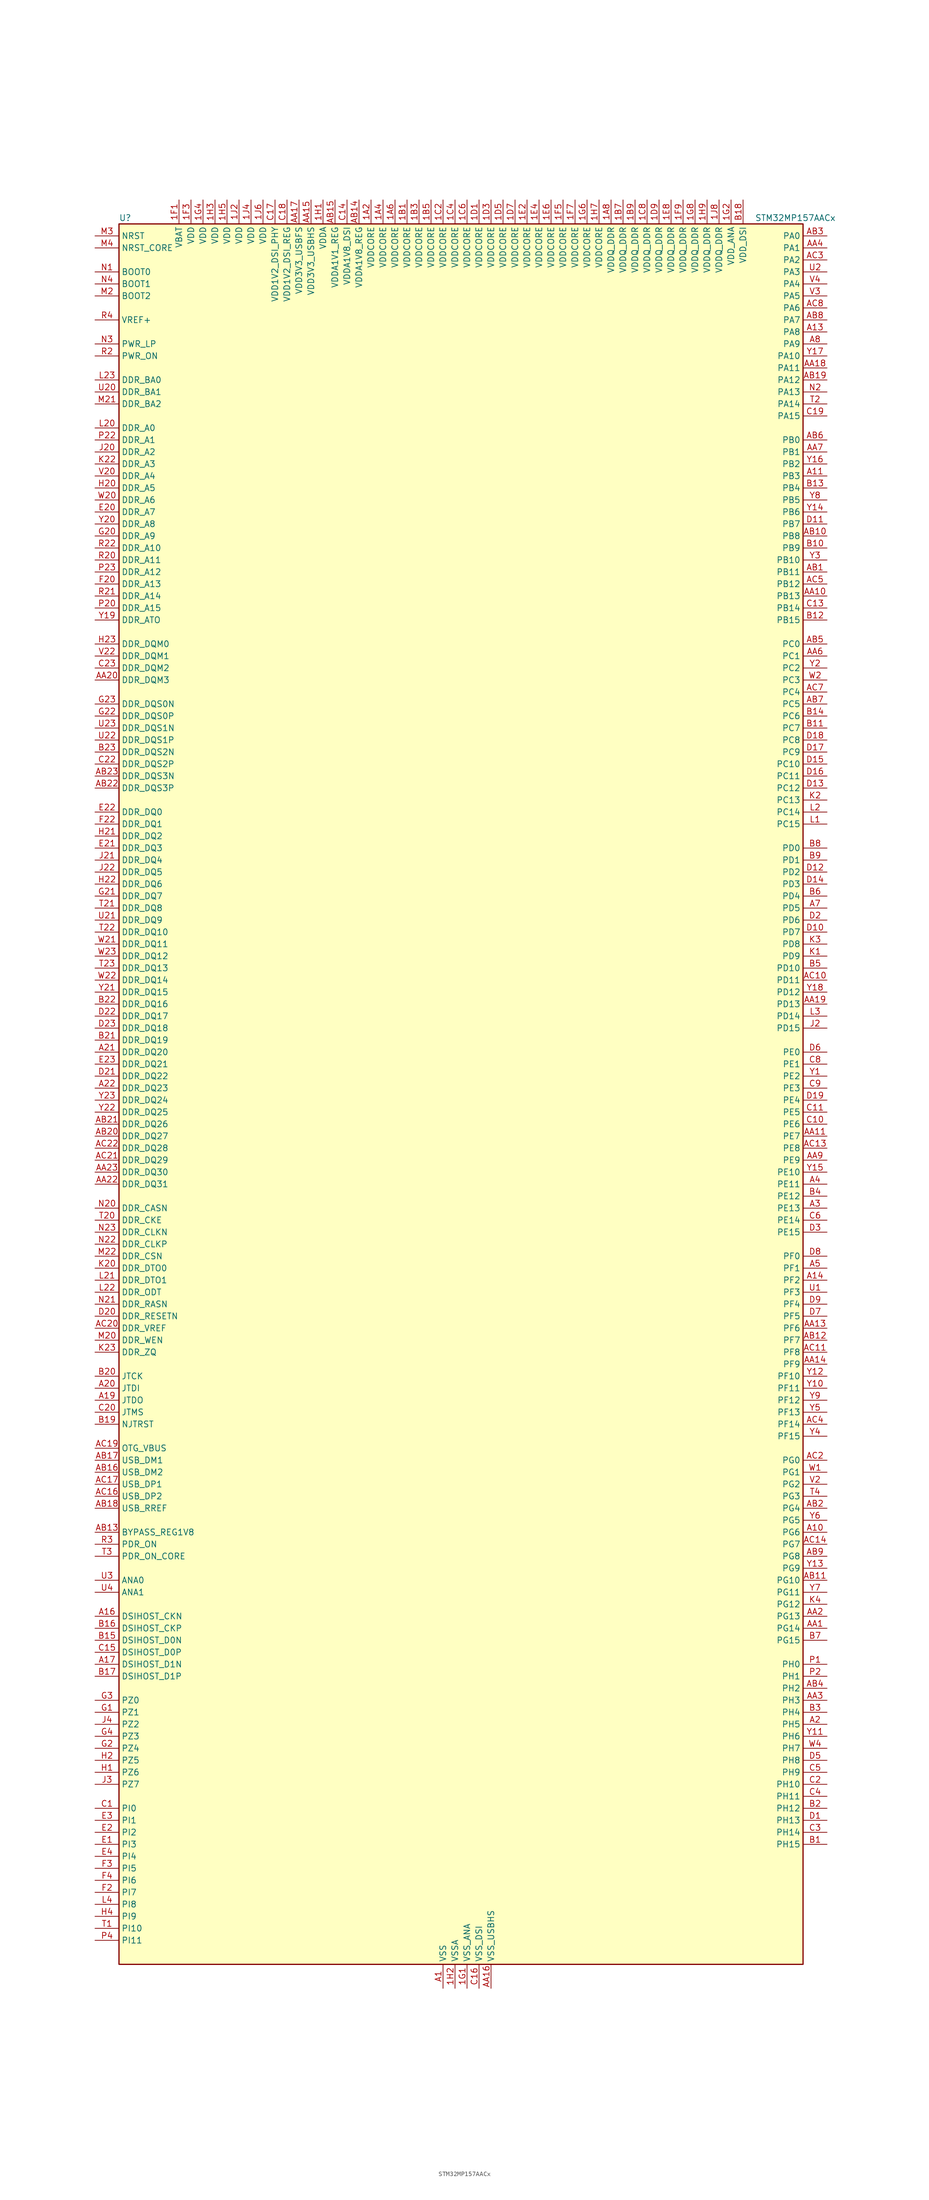
<source format=kicad_sym>
(kicad_symbol_lib
  (version 20220914)
  (generator kicad_symbol_editor)
  (symbol "STM32MP157AACx"
    (property "Reference" "U"
      (at -71.12 186.69 0)
      (effects (font (size 1.27 1.27)) (justify left)))
    (property "Value" "STM32MP157AACx"
      (at 63.5 186.69 0)
      (effects (font (size 1.27 1.27)) (justify left)))
    (symbol "STM32MP157AACx_0_1"
      (rectangle (start -71.12 -182.88) (end 73.66 185.42) (stroke (width 0.254) (type default)) (fill (type background))))
    (symbol "STM32MP157AACx_1_1"
      (pin power_in line (at -17.78 190.5 270) (length 5.08) (name "VDDCORE" (effects (font (size 1.27 1.27)))) (number "1A2" (effects (font (size 1.27 1.27)))))
      (pin passive line (at -2.54 -187.96 90) (length 5.08) hide (name "VSS" (effects (font (size 1.27 1.27)))) (number "1A3" (effects (font (size 1.27 1.27)))))
      (pin power_in line (at -15.24 190.5 270) (length 5.08) (name "VDDCORE" (effects (font (size 1.27 1.27)))) (number "1A4" (effects (font (size 1.27 1.27)))))
      (pin passive line (at -2.54 -187.96 90) (length 5.08) hide (name "VSS" (effects (font (size 1.27 1.27)))) (number "1A5" (effects (font (size 1.27 1.27)))))
      (pin power_in line (at -12.7 190.5 270) (length 5.08) (name "VDDCORE" (effects (font (size 1.27 1.27)))) (number "1A6" (effects (font (size 1.27 1.27)))))
      (pin passive line (at -2.54 -187.96 90) (length 5.08) hide (name "VSS" (effects (font (size 1.27 1.27)))) (number "1A7" (effects (font (size 1.27 1.27)))))
      (pin power_in line (at 33.02 190.5 270) (length 5.08) (name "VDDQ_DDR" (effects (font (size 1.27 1.27)))) (number "1A8" (effects (font (size 1.27 1.27)))))
      (pin power_in line (at -10.16 190.5 270) (length 5.08) (name "VDDCORE" (effects (font (size 1.27 1.27)))) (number "1B1" (effects (font (size 1.27 1.27)))))
      (pin passive line (at -2.54 -187.96 90) (length 5.08) hide (name "VSS" (effects (font (size 1.27 1.27)))) (number "1B2" (effects (font (size 1.27 1.27)))))
      (pin power_in line (at -7.62 190.5 270) (length 5.08) (name "VDDCORE" (effects (font (size 1.27 1.27)))) (number "1B3" (effects (font (size 1.27 1.27)))))
      (pin passive line (at -2.54 -187.96 90) (length 5.08) hide (name "VSS" (effects (font (size 1.27 1.27)))) (number "1B4" (effects (font (size 1.27 1.27)))))
      (pin power_in line (at -5.08 190.5 270) (length 5.08) (name "VDDCORE" (effects (font (size 1.27 1.27)))) (number "1B5" (effects (font (size 1.27 1.27)))))
      (pin passive line (at -2.54 -187.96 90) (length 5.08) hide (name "VSS" (effects (font (size 1.27 1.27)))) (number "1B6" (effects (font (size 1.27 1.27)))))
      (pin power_in line (at 35.56 190.5 270) (length 5.08) (name "VDDQ_DDR" (effects (font (size 1.27 1.27)))) (number "1B7" (effects (font (size 1.27 1.27)))))
      (pin passive line (at -2.54 -187.96 90) (length 5.08) hide (name "VSS" (effects (font (size 1.27 1.27)))) (number "1B8" (effects (font (size 1.27 1.27)))))
      (pin power_in line (at 38.1 190.5 270) (length 5.08) (name "VDDQ_DDR" (effects (font (size 1.27 1.27)))) (number "1B9" (effects (font (size 1.27 1.27)))))
      (pin passive line (at -2.54 -187.96 90) (length 5.08) hide (name "VSS" (effects (font (size 1.27 1.27)))) (number "1C1" (effects (font (size 1.27 1.27)))))
      (pin power_in line (at -2.54 190.5 270) (length 5.08) (name "VDDCORE" (effects (font (size 1.27 1.27)))) (number "1C2" (effects (font (size 1.27 1.27)))))
      (pin passive line (at -2.54 -187.96 90) (length 5.08) hide (name "VSS" (effects (font (size 1.27 1.27)))) (number "1C3" (effects (font (size 1.27 1.27)))))
      (pin power_in line (at 0 190.5 270) (length 5.08) (name "VDDCORE" (effects (font (size 1.27 1.27)))) (number "1C4" (effects (font (size 1.27 1.27)))))
      (pin passive line (at -2.54 -187.96 90) (length 5.08) hide (name "VSS" (effects (font (size 1.27 1.27)))) (number "1C5" (effects (font (size 1.27 1.27)))))
      (pin power_in line (at 2.54 190.5 270) (length 5.08) (name "VDDCORE" (effects (font (size 1.27 1.27)))) (number "1C6" (effects (font (size 1.27 1.27)))))
      (pin passive line (at -2.54 -187.96 90) (length 5.08) hide (name "VSS" (effects (font (size 1.27 1.27)))) (number "1C7" (effects (font (size 1.27 1.27)))))
      (pin power_in line (at 40.64 190.5 270) (length 5.08) (name "VDDQ_DDR" (effects (font (size 1.27 1.27)))) (number "1C8" (effects (font (size 1.27 1.27)))))
      (pin passive line (at -2.54 -187.96 90) (length 5.08) hide (name "VSS" (effects (font (size 1.27 1.27)))) (number "1C9" (effects (font (size 1.27 1.27)))))
      (pin power_in line (at 5.08 190.5 270) (length 5.08) (name "VDDCORE" (effects (font (size 1.27 1.27)))) (number "1D1" (effects (font (size 1.27 1.27)))))
      (pin passive line (at -2.54 -187.96 90) (length 5.08) hide (name "VSS" (effects (font (size 1.27 1.27)))) (number "1D2" (effects (font (size 1.27 1.27)))))
      (pin power_in line (at 7.62 190.5 270) (length 5.08) (name "VDDCORE" (effects (font (size 1.27 1.27)))) (number "1D3" (effects (font (size 1.27 1.27)))))
      (pin passive line (at -2.54 -187.96 90) (length 5.08) hide (name "VSS" (effects (font (size 1.27 1.27)))) (number "1D4" (effects (font (size 1.27 1.27)))))
      (pin power_in line (at 10.16 190.5 270) (length 5.08) (name "VDDCORE" (effects (font (size 1.27 1.27)))) (number "1D5" (effects (font (size 1.27 1.27)))))
      (pin passive line (at -2.54 -187.96 90) (length 5.08) hide (name "VSS" (effects (font (size 1.27 1.27)))) (number "1D6" (effects (font (size 1.27 1.27)))))
      (pin power_in line (at 12.7 190.5 270) (length 5.08) (name "VDDCORE" (effects (font (size 1.27 1.27)))) (number "1D7" (effects (font (size 1.27 1.27)))))
      (pin passive line (at -2.54 -187.96 90) (length 5.08) hide (name "VSS" (effects (font (size 1.27 1.27)))) (number "1D8" (effects (font (size 1.27 1.27)))))
      (pin power_in line (at 43.18 190.5 270) (length 5.08) (name "VDDQ_DDR" (effects (font (size 1.27 1.27)))) (number "1D9" (effects (font (size 1.27 1.27)))))
      (pin passive line (at -2.54 -187.96 90) (length 5.08) hide (name "VSS" (effects (font (size 1.27 1.27)))) (number "1E1" (effects (font (size 1.27 1.27)))))
      (pin power_in line (at 15.24 190.5 270) (length 5.08) (name "VDDCORE" (effects (font (size 1.27 1.27)))) (number "1E2" (effects (font (size 1.27 1.27)))))
      (pin passive line (at -2.54 -187.96 90) (length 5.08) hide (name "VSS" (effects (font (size 1.27 1.27)))) (number "1E3" (effects (font (size 1.27 1.27)))))
      (pin power_in line (at 17.78 190.5 270) (length 5.08) (name "VDDCORE" (effects (font (size 1.27 1.27)))) (number "1E4" (effects (font (size 1.27 1.27)))))
      (pin passive line (at -2.54 -187.96 90) (length 5.08) hide (name "VSS" (effects (font (size 1.27 1.27)))) (number "1E5" (effects (font (size 1.27 1.27)))))
      (pin power_in line (at 20.32 190.5 270) (length 5.08) (name "VDDCORE" (effects (font (size 1.27 1.27)))) (number "1E6" (effects (font (size 1.27 1.27)))))
      (pin passive line (at -2.54 -187.96 90) (length 5.08) hide (name "VSS" (effects (font (size 1.27 1.27)))) (number "1E7" (effects (font (size 1.27 1.27)))))
      (pin power_in line (at 45.72 190.5 270) (length 5.08) (name "VDDQ_DDR" (effects (font (size 1.27 1.27)))) (number "1E8" (effects (font (size 1.27 1.27)))))
      (pin passive line (at -2.54 -187.96 90) (length 5.08) hide (name "VSS" (effects (font (size 1.27 1.27)))) (number "1E9" (effects (font (size 1.27 1.27)))))
      (pin power_in line (at -58.42 190.5 270) (length 5.08) (name "VBAT" (effects (font (size 1.27 1.27)))) (number "1F1" (effects (font (size 1.27 1.27)))))
      (pin passive line (at -2.54 -187.96 90) (length 5.08) hide (name "VSS" (effects (font (size 1.27 1.27)))) (number "1F2" (effects (font (size 1.27 1.27)))))
      (pin power_in line (at -55.88 190.5 270) (length 5.08) (name "VDD" (effects (font (size 1.27 1.27)))) (number "1F3" (effects (font (size 1.27 1.27)))))
      (pin passive line (at -2.54 -187.96 90) (length 5.08) hide (name "VSS" (effects (font (size 1.27 1.27)))) (number "1F4" (effects (font (size 1.27 1.27)))))
      (pin power_in line (at 22.86 190.5 270) (length 5.08) (name "VDDCORE" (effects (font (size 1.27 1.27)))) (number "1F5" (effects (font (size 1.27 1.27)))))
      (pin passive line (at -2.54 -187.96 90) (length 5.08) hide (name "VSS" (effects (font (size 1.27 1.27)))) (number "1F6" (effects (font (size 1.27 1.27)))))
      (pin power_in line (at 25.4 190.5 270) (length 5.08) (name "VDDCORE" (effects (font (size 1.27 1.27)))) (number "1F7" (effects (font (size 1.27 1.27)))))
      (pin passive line (at -2.54 -187.96 90) (length 5.08) hide (name "VSS" (effects (font (size 1.27 1.27)))) (number "1F8" (effects (font (size 1.27 1.27)))))
      (pin power_in line (at 48.26 190.5 270) (length 5.08) (name "VDDQ_DDR" (effects (font (size 1.27 1.27)))) (number "1F9" (effects (font (size 1.27 1.27)))))
      (pin power_in line (at 2.54 -187.96 90) (length 5.08) (name "VSS_ANA" (effects (font (size 1.27 1.27)))) (number "1G1" (effects (font (size 1.27 1.27)))))
      (pin power_in line (at 58.42 190.5 270) (length 5.08) (name "VDD_ANA" (effects (font (size 1.27 1.27)))) (number "1G2" (effects (font (size 1.27 1.27)))))
      (pin passive line (at -2.54 -187.96 90) (length 5.08) hide (name "VSS" (effects (font (size 1.27 1.27)))) (number "1G3" (effects (font (size 1.27 1.27)))))
      (pin power_in line (at -53.34 190.5 270) (length 5.08) (name "VDD" (effects (font (size 1.27 1.27)))) (number "1G4" (effects (font (size 1.27 1.27)))))
      (pin passive line (at -2.54 -187.96 90) (length 5.08) hide (name "VSS" (effects (font (size 1.27 1.27)))) (number "1G5" (effects (font (size 1.27 1.27)))))
      (pin power_in line (at 27.94 190.5 270) (length 5.08) (name "VDDCORE" (effects (font (size 1.27 1.27)))) (number "1G6" (effects (font (size 1.27 1.27)))))
      (pin passive line (at -2.54 -187.96 90) (length 5.08) hide (name "VSS" (effects (font (size 1.27 1.27)))) (number "1G7" (effects (font (size 1.27 1.27)))))
      (pin power_in line (at 50.8 190.5 270) (length 5.08) (name "VDDQ_DDR" (effects (font (size 1.27 1.27)))) (number "1G8" (effects (font (size 1.27 1.27)))))
      (pin passive line (at -2.54 -187.96 90) (length 5.08) hide (name "VSS" (effects (font (size 1.27 1.27)))) (number "1G9" (effects (font (size 1.27 1.27)))))
      (pin power_in line (at -27.94 190.5 270) (length 5.08) (name "VDDA" (effects (font (size 1.27 1.27)))) (number "1H1" (effects (font (size 1.27 1.27)))))
      (pin power_in line (at 0 -187.96 90) (length 5.08) (name "VSSA" (effects (font (size 1.27 1.27)))) (number "1H2" (effects (font (size 1.27 1.27)))))
      (pin power_in line (at -50.8 190.5 270) (length 5.08) (name "VDD" (effects (font (size 1.27 1.27)))) (number "1H3" (effects (font (size 1.27 1.27)))))
      (pin passive line (at -2.54 -187.96 90) (length 5.08) hide (name "VSS" (effects (font (size 1.27 1.27)))) (number "1H4" (effects (font (size 1.27 1.27)))))
      (pin power_in line (at -48.26 190.5 270) (length 5.08) (name "VDD" (effects (font (size 1.27 1.27)))) (number "1H5" (effects (font (size 1.27 1.27)))))
      (pin passive line (at -2.54 -187.96 90) (length 5.08) hide (name "VSS" (effects (font (size 1.27 1.27)))) (number "1H6" (effects (font (size 1.27 1.27)))))
      (pin power_in line (at 30.48 190.5 270) (length 5.08) (name "VDDCORE" (effects (font (size 1.27 1.27)))) (number "1H7" (effects (font (size 1.27 1.27)))))
      (pin passive line (at -2.54 -187.96 90) (length 5.08) hide (name "VSS" (effects (font (size 1.27 1.27)))) (number "1H8" (effects (font (size 1.27 1.27)))))
      (pin power_in line (at 53.34 190.5 270) (length 5.08) (name "VDDQ_DDR" (effects (font (size 1.27 1.27)))) (number "1H9" (effects (font (size 1.27 1.27)))))
      (pin power_in line (at -45.72 190.5 270) (length 5.08) (name "VDD" (effects (font (size 1.27 1.27)))) (number "1J2" (effects (font (size 1.27 1.27)))))
      (pin passive line (at -2.54 -187.96 90) (length 5.08) hide (name "VSS" (effects (font (size 1.27 1.27)))) (number "1J3" (effects (font (size 1.27 1.27)))))
      (pin power_in line (at -43.18 190.5 270) (length 5.08) (name "VDD" (effects (font (size 1.27 1.27)))) (number "1J4" (effects (font (size 1.27 1.27)))))
      (pin passive line (at -2.54 -187.96 90) (length 5.08) hide (name "VSS" (effects (font (size 1.27 1.27)))) (number "1J5" (effects (font (size 1.27 1.27)))))
      (pin power_in line (at -40.64 190.5 270) (length 5.08) (name "VDD" (effects (font (size 1.27 1.27)))) (number "1J6" (effects (font (size 1.27 1.27)))))
      (pin passive line (at -2.54 -187.96 90) (length 5.08) hide (name "VSS" (effects (font (size 1.27 1.27)))) (number "1J7" (effects (font (size 1.27 1.27)))))
      (pin power_in line (at 55.88 190.5 270) (length 5.08) (name "VDDQ_DDR" (effects (font (size 1.27 1.27)))) (number "1J8" (effects (font (size 1.27 1.27)))))
      (pin power_in line (at -2.54 -187.96 90) (length 5.08) (name "VSS" (effects (font (size 1.27 1.27)))) (number "A1" (effects (font (size 1.27 1.27)))))
      (pin bidirectional line (at 78.74 -91.44 180) (length 5.08) (name "PG6" (effects (font (size 1.27 1.27)))) (number "A10" (effects (font (size 1.27 1.27)))) (alternate "DCMI_D12" bidirectional line) (alternate "DEBUG_TRACED14" bidirectional line) (alternate "LTDC_R7" bidirectional line) (alternate "SDMMC2_CMD" bidirectional line) (alternate "TIM17_BKIN" bidirectional line))
      (pin bidirectional line (at 78.74 132.08 180) (length 5.08) (name "PB3" (effects (font (size 1.27 1.27)))) (number "A11" (effects (font (size 1.27 1.27)))) (alternate "DEBUG_TRACED9" bidirectional line) (alternate "I2S1_CK" bidirectional line) (alternate "I2S3_CK" bidirectional line) (alternate "SAI4_CK1" bidirectional line) (alternate "SAI4_MCLK_A" bidirectional line) (alternate "SDMMC2_D2" bidirectional line) (alternate "SPI1_SCK" bidirectional line) (alternate "SPI3_SCK" bidirectional line) (alternate "SPI6_SCK" bidirectional line) (alternate "TIM2_CH2" bidirectional line) (alternate "UART7_RX" bidirectional line))
      (pin bidirectional line (at 78.74 162.56 180) (length 5.08) (name "PA8" (effects (font (size 1.27 1.27)))) (number "A13" (effects (font (size 1.27 1.27)))) (alternate "I2C3_SCL" bidirectional line) (alternate "I2S3_SDO" bidirectional line) (alternate "LTDC_R6" bidirectional line) (alternate "RCC_MCO_1" bidirectional line) (alternate "SAI4_SD_B" bidirectional line) (alternate "SDMMC2_CKIN" bidirectional line) (alternate "SDMMC2_D4" bidirectional line) (alternate "SPI3_MOSI" bidirectional line) (alternate "TIM1_CH1" bidirectional line) (alternate "TIM8_BKIN2" bidirectional line) (alternate "UART7_RX" bidirectional line) (alternate "USART1_CK" bidirectional line) (alternate "USB_OTG_HS_SOF" bidirectional line))
      (pin bidirectional line (at 78.74 -38.1 180) (length 5.08) (name "PF2" (effects (font (size 1.27 1.27)))) (number "A14" (effects (font (size 1.27 1.27)))) (alternate "FMC_A2" bidirectional line) (alternate "I2C2_SMBA" bidirectional line) (alternate "SDMMC1_D0DIR" bidirectional line) (alternate "SDMMC2_D0DIR" bidirectional line) (alternate "SDMMC3_D0DIR" bidirectional line))
      (pin bidirectional line (at -76.2 -109.22 0) (length 5.08) (name "DSIHOST_CKN" (effects (font (size 1.27 1.27)))) (number "A16" (effects (font (size 1.27 1.27)))) (alternate "DSIHOST_CKN" bidirectional line))
      (pin bidirectional line (at -76.2 -119.38 0) (length 5.08) (name "DSIHOST_D1N" (effects (font (size 1.27 1.27)))) (number "A17" (effects (font (size 1.27 1.27)))) (alternate "DSIHOST_D1N" bidirectional line))
      (pin bidirectional line (at -76.2 -63.5 0) (length 5.08) (name "JTDO" (effects (font (size 1.27 1.27)))) (number "A19" (effects (font (size 1.27 1.27)))) (alternate "DEBUG_JTDO-SWO" bidirectional line))
      (pin bidirectional line (at 78.74 -132.08 180) (length 5.08) (name "PH5" (effects (font (size 1.27 1.27)))) (number "A2" (effects (font (size 1.27 1.27)))) (alternate "I2C2_SDA" bidirectional line) (alternate "SAI4_SD_B" bidirectional line) (alternate "SPI5_NSS" bidirectional line))
      (pin bidirectional line (at -76.2 -60.96 0) (length 5.08) (name "JTDI" (effects (font (size 1.27 1.27)))) (number "A20" (effects (font (size 1.27 1.27)))) (alternate "DEBUG_JTDI" bidirectional line))
      (pin bidirectional line (at -76.2 10.16 0) (length 5.08) (name "DDR_DQ20" (effects (font (size 1.27 1.27)))) (number "A21" (effects (font (size 1.27 1.27)))) (alternate "DDR_DQ20" bidirectional line))
      (pin bidirectional line (at -76.2 2.54 0) (length 5.08) (name "DDR_DQ23" (effects (font (size 1.27 1.27)))) (number "A22" (effects (font (size 1.27 1.27)))) (alternate "DDR_DQ23" bidirectional line))
      (pin passive line (at -2.54 -187.96 90) (length 5.08) hide (name "VSS" (effects (font (size 1.27 1.27)))) (number "A23" (effects (font (size 1.27 1.27)))))
      (pin bidirectional line (at 78.74 -22.86 180) (length 5.08) (name "PE13" (effects (font (size 1.27 1.27)))) (number "A3" (effects (font (size 1.27 1.27)))) (alternate "DCMI_D6" bidirectional line) (alternate "DFSDM1_CKIN5" bidirectional line) (alternate "FMC_D10" bidirectional line) (alternate "FMC_DA10" bidirectional line) (alternate "HDP_HDP2" bidirectional line) (alternate "LTDC_DE" bidirectional line) (alternate "SAI2_FS_B" bidirectional line) (alternate "SPI4_MISO" bidirectional line) (alternate "TIM1_CH3" bidirectional line))
      (pin bidirectional line (at 78.74 -17.78 180) (length 5.08) (name "PE11" (effects (font (size 1.27 1.27)))) (number "A4" (effects (font (size 1.27 1.27)))) (alternate "ADC1_EXTI11" bidirectional line) (alternate "ADC2_EXTI11" bidirectional line) (alternate "DCMI_D4" bidirectional line) (alternate "DFSDM1_CKIN4" bidirectional line) (alternate "FMC_D8" bidirectional line) (alternate "FMC_DA8" bidirectional line) (alternate "LTDC_G3" bidirectional line) (alternate "SAI2_SD_B" bidirectional line) (alternate "SPI4_NSS" bidirectional line) (alternate "TIM1_CH2" bidirectional line) (alternate "USART6_CK" bidirectional line))
      (pin bidirectional line (at 78.74 -35.56 180) (length 5.08) (name "PF1" (effects (font (size 1.27 1.27)))) (number "A5" (effects (font (size 1.27 1.27)))) (alternate "FMC_A1" bidirectional line) (alternate "I2C2_SCL" bidirectional line) (alternate "SDMMC3_CDIR" bidirectional line) (alternate "SDMMC3_CMD" bidirectional line))
      (pin bidirectional line (at 78.74 40.64 180) (length 5.08) (name "PD5" (effects (font (size 1.27 1.27)))) (number "A7" (effects (font (size 1.27 1.27)))) (alternate "FMC_NWE" bidirectional line) (alternate "SDMMC3_D2" bidirectional line) (alternate "USART2_TX" bidirectional line))
      (pin bidirectional line (at 78.74 160.02 180) (length 5.08) (name "PA9" (effects (font (size 1.27 1.27)))) (number "A8" (effects (font (size 1.27 1.27)))) (alternate "DAC1_EXTI9" bidirectional line) (alternate "DCMI_D0" bidirectional line) (alternate "I2C3_SMBA" bidirectional line) (alternate "I2S2_CK" bidirectional line) (alternate "LTDC_R5" bidirectional line) (alternate "SDMMC2_CDIR" bidirectional line) (alternate "SDMMC2_D5" bidirectional line) (alternate "SPI2_SCK" bidirectional line) (alternate "TIM1_CH2" bidirectional line) (alternate "USART1_TX" bidirectional line))
      (pin bidirectional line (at 78.74 -111.76 180) (length 5.08) (name "PG14" (effects (font (size 1.27 1.27)))) (number "AA1" (effects (font (size 1.27 1.27)))) (alternate "DEBUG_TRACED1" bidirectional line) (alternate "ETH1_TXD1" bidirectional line) (alternate "FMC_A25" bidirectional line) (alternate "LPTIM1_ETR" bidirectional line) (alternate "LTDC_B0" bidirectional line) (alternate "QUADSPI_BK2_IO3" bidirectional line) (alternate "SAI4_D1" bidirectional line) (alternate "SAI4_SD_A" bidirectional line) (alternate "SPI6_MOSI" bidirectional line) (alternate "USART6_TX" bidirectional line))
      (pin bidirectional line (at 78.74 106.68 180) (length 5.08) (name "PB13" (effects (font (size 1.27 1.27)))) (number "AA10" (effects (font (size 1.27 1.27)))) (alternate "DFSDM1_CKIN1" bidirectional line) (alternate "DFSDM1_CKOUT" bidirectional line) (alternate "ETH1_TXD1" bidirectional line) (alternate "FDCAN2_TX" bidirectional line) (alternate "I2S2_CK" bidirectional line) (alternate "LPTIM2_OUT" bidirectional line) (alternate "SPI2_SCK" bidirectional line) (alternate "TIM1_CH1N" bidirectional line) (alternate "UART5_TX" bidirectional line) (alternate "USART3_CTS" bidirectional line) (alternate "USART3_NSS" bidirectional line))
      (pin bidirectional line (at 78.74 -7.62 180) (length 5.08) (name "PE7" (effects (font (size 1.27 1.27)))) (number "AA11" (effects (font (size 1.27 1.27)))) (alternate "DFSDM1_DATIN2" bidirectional line) (alternate "FMC_D4" bidirectional line) (alternate "FMC_DA4" bidirectional line) (alternate "QUADSPI_BK2_IO0" bidirectional line) (alternate "TIM1_ETR" bidirectional line) (alternate "TIM3_ETR" bidirectional line) (alternate "UART7_RX" bidirectional line))
      (pin passive line (at -2.54 -187.96 90) (length 5.08) hide (name "VSS" (effects (font (size 1.27 1.27)))) (number "AA12" (effects (font (size 1.27 1.27)))))
      (pin bidirectional line (at 78.74 -48.26 180) (length 5.08) (name "PF6" (effects (font (size 1.27 1.27)))) (number "AA13" (effects (font (size 1.27 1.27)))) (alternate "QUADSPI_BK1_IO3" bidirectional line) (alternate "SAI1_SD_B" bidirectional line) (alternate "SAI4_SCK_B" bidirectional line) (alternate "SPI5_NSS" bidirectional line) (alternate "TIM16_CH1" bidirectional line) (alternate "UART7_RX" bidirectional line))
      (pin bidirectional line (at 78.74 -55.88 180) (length 5.08) (name "PF9" (effects (font (size 1.27 1.27)))) (number "AA14" (effects (font (size 1.27 1.27)))) (alternate "DAC1_EXTI9" bidirectional line) (alternate "DEBUG_TRACED13" bidirectional line) (alternate "QUADSPI_BK1_IO1" bidirectional line) (alternate "SAI1_FS_B" bidirectional line) (alternate "SPI5_MOSI" bidirectional line) (alternate "TIM14_CH1" bidirectional line) (alternate "TIM17_CH1N" bidirectional line) (alternate "UART7_CTS" bidirectional line))
      (pin power_in line (at -30.48 190.5 270) (length 5.08) (name "VDD3V3_USBHS" (effects (font (size 1.27 1.27)))) (number "AA15" (effects (font (size 1.27 1.27)))))
      (pin power_in line (at 7.62 -187.96 90) (length 5.08) (name "VSS_USBHS" (effects (font (size 1.27 1.27)))) (number "AA16" (effects (font (size 1.27 1.27)))))
      (pin power_in line (at -33.02 190.5 270) (length 5.08) (name "VDD3V3_USBFS" (effects (font (size 1.27 1.27)))) (number "AA17" (effects (font (size 1.27 1.27)))))
      (pin bidirectional line (at 78.74 154.94 180) (length 5.08) (name "PA11" (effects (font (size 1.27 1.27)))) (number "AA18" (effects (font (size 1.27 1.27)))) (alternate "ADC1_EXTI11" bidirectional line) (alternate "ADC2_EXTI11" bidirectional line) (alternate "FDCAN1_RX" bidirectional line) (alternate "I2C5_SCL" bidirectional line) (alternate "I2C6_SCL" bidirectional line) (alternate "I2S2_WS" bidirectional line) (alternate "LTDC_R4" bidirectional line) (alternate "SPI2_NSS" bidirectional line) (alternate "TIM1_CH4" bidirectional line) (alternate "UART4_RX" bidirectional line) (alternate "USART1_CTS" bidirectional line) (alternate "USART1_NSS" bidirectional line))
      (pin bidirectional line (at 78.74 20.32 180) (length 5.08) (name "PD13" (effects (font (size 1.27 1.27)))) (number "AA19" (effects (font (size 1.27 1.27)))) (alternate "DSIHOST_TE" bidirectional line) (alternate "FMC_A18" bidirectional line) (alternate "I2C1_SDA" bidirectional line) (alternate "I2C4_SDA" bidirectional line) (alternate "I2S3_MCK" bidirectional line) (alternate "LPTIM1_OUT" bidirectional line) (alternate "QUADSPI_BK1_IO3" bidirectional line) (alternate "SAI2_SCK_A" bidirectional line) (alternate "TIM4_CH2" bidirectional line))
      (pin bidirectional line (at 78.74 -109.22 180) (length 5.08) (name "PG13" (effects (font (size 1.27 1.27)))) (number "AA2" (effects (font (size 1.27 1.27)))) (alternate "DEBUG_TRACED0" bidirectional line) (alternate "ETH1_TXD0" bidirectional line) (alternate "FMC_A24" bidirectional line) (alternate "LPTIM1_OUT" bidirectional line) (alternate "LTDC_R0" bidirectional line) (alternate "SAI1_CK2" bidirectional line) (alternate "SAI1_SCK_A" bidirectional line) (alternate "SAI4_CK1" bidirectional line) (alternate "SAI4_MCLK_A" bidirectional line) (alternate "SPI6_SCK" bidirectional line) (alternate "USART6_CTS" bidirectional line) (alternate "USART6_NSS" bidirectional line))
      (pin bidirectional line (at -76.2 88.9 0) (length 5.08) (name "DDR_DQM3" (effects (font (size 1.27 1.27)))) (number "AA20" (effects (font (size 1.27 1.27)))) (alternate "DDR_DQM3" bidirectional line))
      (pin passive line (at -2.54 -187.96 90) (length 5.08) hide (name "VSS" (effects (font (size 1.27 1.27)))) (number "AA21" (effects (font (size 1.27 1.27)))))
      (pin bidirectional line (at -76.2 -17.78 0) (length 5.08) (name "DDR_DQ31" (effects (font (size 1.27 1.27)))) (number "AA22" (effects (font (size 1.27 1.27)))) (alternate "DDR_DQ31" bidirectional line))
      (pin bidirectional line (at -76.2 -15.24 0) (length 5.08) (name "DDR_DQ30" (effects (font (size 1.27 1.27)))) (number "AA23" (effects (font (size 1.27 1.27)))) (alternate "DDR_DQ30" bidirectional line))
      (pin bidirectional line (at 78.74 -127 180) (length 5.08) (name "PH3" (effects (font (size 1.27 1.27)))) (number "AA3" (effects (font (size 1.27 1.27)))) (alternate "DFSDM1_CKIN4" bidirectional line) (alternate "ETH1_COL" bidirectional line) (alternate "LTDC_R1" bidirectional line) (alternate "QUADSPI_BK2_IO1" bidirectional line) (alternate "SAI2_MCLK_B" bidirectional line))
      (pin bidirectional line (at 78.74 180.34 180) (length 5.08) (name "PA1" (effects (font (size 1.27 1.27)))) (number "AA4" (effects (font (size 1.27 1.27)))) (alternate "ADC1_INN16" bidirectional line) (alternate "ADC1_INP17" bidirectional line) (alternate "ETH1_CLK" bidirectional line) (alternate "ETH1_REF_CLK" bidirectional line) (alternate "ETH1_RX_CLK" bidirectional line) (alternate "LPTIM3_OUT" bidirectional line) (alternate "LTDC_R2" bidirectional line) (alternate "QUADSPI_BK1_IO3" bidirectional line) (alternate "SAI2_MCLK_B" bidirectional line) (alternate "TIM15_CH1N" bidirectional line) (alternate "TIM2_CH2" bidirectional line) (alternate "TIM5_CH2" bidirectional line) (alternate "UART4_RX" bidirectional line) (alternate "USART2_DE" bidirectional line) (alternate "USART2_RTS" bidirectional line))
      (pin passive line (at -2.54 -187.96 90) (length 5.08) hide (name "VSS" (effects (font (size 1.27 1.27)))) (number "AA5" (effects (font (size 1.27 1.27)))))
      (pin bidirectional line (at 78.74 93.98 180) (length 5.08) (name "PC1" (effects (font (size 1.27 1.27)))) (number "AA6" (effects (font (size 1.27 1.27)))) (alternate "ADC1_INN10" bidirectional line) (alternate "ADC1_INP11" bidirectional line) (alternate "ADC2_INN10" bidirectional line) (alternate "ADC2_INP11" bidirectional line) (alternate "DEBUG_TRACED0" bidirectional line) (alternate "DFSDM1_CKIN4" bidirectional line) (alternate "DFSDM1_DATIN0" bidirectional line) (alternate "ETH1_MDC" bidirectional line) (alternate "I2S2_SDO" bidirectional line) (alternate "PWR_WKUP6" bidirectional line) (alternate "SAI1_D1" bidirectional line) (alternate "SAI1_SD_A" bidirectional line) (alternate "SDMMC2_CK" bidirectional line) (alternate "SPI2_MOSI" bidirectional line) (alternate "TAMP_IN3" bidirectional line))
      (pin bidirectional line (at 78.74 137.16 180) (length 5.08) (name "PB1" (effects (font (size 1.27 1.27)))) (number "AA7" (effects (font (size 1.27 1.27)))) (alternate "ADC1_INP5" bidirectional line) (alternate "ADC2_INP5" bidirectional line) (alternate "DFSDM1_DATIN1" bidirectional line) (alternate "ETH1_RXD3" bidirectional line) (alternate "LTDC_G0" bidirectional line) (alternate "LTDC_R6" bidirectional line) (alternate "TIM1_CH3N" bidirectional line) (alternate "TIM3_CH4" bidirectional line) (alternate "TIM8_CH3N" bidirectional line))
      (pin passive line (at -2.54 -187.96 90) (length 5.08) hide (name "VSS" (effects (font (size 1.27 1.27)))) (number "AA8" (effects (font (size 1.27 1.27)))))
      (pin bidirectional line (at 78.74 -12.7 180) (length 5.08) (name "PE9" (effects (font (size 1.27 1.27)))) (number "AA9" (effects (font (size 1.27 1.27)))) (alternate "DAC1_EXTI9" bidirectional line) (alternate "DFSDM1_CKOUT" bidirectional line) (alternate "FMC_D6" bidirectional line) (alternate "FMC_DA6" bidirectional line) (alternate "QUADSPI_BK2_IO2" bidirectional line) (alternate "TIM1_CH1" bidirectional line) (alternate "UART7_DE" bidirectional line) (alternate "UART7_RTS" bidirectional line))
      (pin bidirectional line (at 78.74 111.76 180) (length 5.08) (name "PB11" (effects (font (size 1.27 1.27)))) (number "AB1" (effects (font (size 1.27 1.27)))) (alternate "ADC1_EXTI11" bidirectional line) (alternate "ADC2_EXTI11" bidirectional line) (alternate "DFSDM1_CKIN7" bidirectional line) (alternate "DSIHOST_TE" bidirectional line) (alternate "ETH1_TX_CTL" bidirectional line) (alternate "ETH1_TX_EN" bidirectional line) (alternate "I2C2_SDA" bidirectional line) (alternate "LPTIM2_ETR" bidirectional line) (alternate "LTDC_G5" bidirectional line) (alternate "TIM2_CH4" bidirectional line) (alternate "USART3_RX" bidirectional line))
      (pin bidirectional line (at 78.74 119.38 180) (length 5.08) (name "PB8" (effects (font (size 1.27 1.27)))) (number "AB10" (effects (font (size 1.27 1.27)))) (alternate "DCMI_D6" bidirectional line) (alternate "DFSDM1_CKIN7" bidirectional line) (alternate "ETH1_TXD3" bidirectional line) (alternate "FDCAN1_RX" bidirectional line) (alternate "HDP_HDP6" bidirectional line) (alternate "I2C1_SCL" bidirectional line) (alternate "I2C4_SCL" bidirectional line) (alternate "LTDC_B6" bidirectional line) (alternate "SDMMC1_CKIN" bidirectional line) (alternate "SDMMC1_D4" bidirectional line) (alternate "SDMMC2_CKIN" bidirectional line) (alternate "SDMMC2_D4" bidirectional line) (alternate "TIM16_CH1" bidirectional line) (alternate "TIM4_CH3" bidirectional line) (alternate "UART4_RX" bidirectional line))
      (pin bidirectional line (at 78.74 -101.6 180) (length 5.08) (name "PG10" (effects (font (size 1.27 1.27)))) (number "AB11" (effects (font (size 1.27 1.27)))) (alternate "DCMI_D2" bidirectional line) (alternate "DEBUG_TRACED10" bidirectional line) (alternate "FMC_NE3" bidirectional line) (alternate "LTDC_B2" bidirectional line) (alternate "LTDC_G3" bidirectional line) (alternate "QUADSPI_BK2_IO2" bidirectional line) (alternate "SAI2_SD_B" bidirectional line) (alternate "UART8_CTS" bidirectional line))
      (pin bidirectional line (at 78.74 -50.8 180) (length 5.08) (name "PF7" (effects (font (size 1.27 1.27)))) (number "AB12" (effects (font (size 1.27 1.27)))) (alternate "QUADSPI_BK1_IO2" bidirectional line) (alternate "SAI1_MCLK_B" bidirectional line) (alternate "SPI5_SCK" bidirectional line) (alternate "TIM17_CH1" bidirectional line) (alternate "UART7_TX" bidirectional line))
      (pin bidirectional line (at -76.2 -91.44 0) (length 5.08) (name "BYPASS_REG1V8" (effects (font (size 1.27 1.27)))) (number "AB13" (effects (font (size 1.27 1.27)))))
      (pin power_in line (at -20.32 190.5 270) (length 5.08) (name "VDDA1V8_REG" (effects (font (size 1.27 1.27)))) (number "AB14" (effects (font (size 1.27 1.27)))))
      (pin power_in line (at -25.4 190.5 270) (length 5.08) (name "VDDA1V1_REG" (effects (font (size 1.27 1.27)))) (number "AB15" (effects (font (size 1.27 1.27)))))
      (pin bidirectional line (at -76.2 -78.74 0) (length 5.08) (name "USB_DM2" (effects (font (size 1.27 1.27)))) (number "AB16" (effects (font (size 1.27 1.27)))) (alternate "USBH_HS2_DM" bidirectional line) (alternate "USB_OTG_HS_DM" bidirectional line))
      (pin bidirectional line (at -76.2 -76.2 0) (length 5.08) (name "USB_DM1" (effects (font (size 1.27 1.27)))) (number "AB17" (effects (font (size 1.27 1.27)))) (alternate "USBH_HS1_DM" bidirectional line))
      (pin bidirectional line (at -76.2 -86.36 0) (length 5.08) (name "USB_RREF" (effects (font (size 1.27 1.27)))) (number "AB18" (effects (font (size 1.27 1.27)))))
      (pin bidirectional line (at 78.74 152.4 180) (length 5.08) (name "PA12" (effects (font (size 1.27 1.27)))) (number "AB19" (effects (font (size 1.27 1.27)))) (alternate "FDCAN1_TX" bidirectional line) (alternate "I2C5_SDA" bidirectional line) (alternate "I2C6_SDA" bidirectional line) (alternate "LTDC_R5" bidirectional line) (alternate "SAI2_FS_B" bidirectional line) (alternate "TIM1_ETR" bidirectional line) (alternate "UART4_TX" bidirectional line) (alternate "USART1_DE" bidirectional line) (alternate "USART1_RTS" bidirectional line))
      (pin bidirectional line (at 78.74 -86.36 180) (length 5.08) (name "PG4" (effects (font (size 1.27 1.27)))) (number "AB2" (effects (font (size 1.27 1.27)))) (alternate "ETH1_GTX_CLK" bidirectional line) (alternate "FMC_A14" bidirectional line) (alternate "TIM1_BKIN2" bidirectional line))
      (pin bidirectional line (at -76.2 -7.62 0) (length 5.08) (name "DDR_DQ27" (effects (font (size 1.27 1.27)))) (number "AB20" (effects (font (size 1.27 1.27)))) (alternate "DDR_DQ27" bidirectional line))
      (pin bidirectional line (at -76.2 -5.08 0) (length 5.08) (name "DDR_DQ26" (effects (font (size 1.27 1.27)))) (number "AB21" (effects (font (size 1.27 1.27)))) (alternate "DDR_DQ26" bidirectional line))
      (pin bidirectional line (at -76.2 66.04 0) (length 5.08) (name "DDR_DQS3P" (effects (font (size 1.27 1.27)))) (number "AB22" (effects (font (size 1.27 1.27)))) (alternate "DDR_DQS3P" bidirectional line))
      (pin bidirectional line (at -76.2 68.58 0) (length 5.08) (name "DDR_DQS3N" (effects (font (size 1.27 1.27)))) (number "AB23" (effects (font (size 1.27 1.27)))) (alternate "DDR_DQS3N" bidirectional line))
      (pin bidirectional line (at 78.74 182.88 180) (length 5.08) (name "PA0" (effects (font (size 1.27 1.27)))) (number "AB3" (effects (font (size 1.27 1.27)))) (alternate "ADC1_INP16" bidirectional line) (alternate "ETH1_CRS" bidirectional line) (alternate "PWR_WKUP1" bidirectional line) (alternate "SAI2_SD_B" bidirectional line) (alternate "SDMMC2_CMD" bidirectional line) (alternate "TIM15_BKIN" bidirectional line) (alternate "TIM2_CH1" bidirectional line) (alternate "TIM2_ETR" bidirectional line) (alternate "TIM5_CH1" bidirectional line) (alternate "TIM8_ETR" bidirectional line) (alternate "UART4_TX" bidirectional line) (alternate "USART2_CTS" bidirectional line) (alternate "USART2_NSS" bidirectional line))
      (pin bidirectional line (at 78.74 -124.46 180) (length 5.08) (name "PH2" (effects (font (size 1.27 1.27)))) (number "AB4" (effects (font (size 1.27 1.27)))) (alternate "ETH1_CRS" bidirectional line) (alternate "LPTIM1_IN2" bidirectional line) (alternate "LTDC_R0" bidirectional line) (alternate "QUADSPI_BK2_IO0" bidirectional line) (alternate "SAI2_SCK_B" bidirectional line))
      (pin bidirectional line (at 78.74 96.52 180) (length 5.08) (name "PC0" (effects (font (size 1.27 1.27)))) (number "AB5" (effects (font (size 1.27 1.27)))) (alternate "ADC1_INP10" bidirectional line) (alternate "ADC2_INP10" bidirectional line) (alternate "DFSDM1_CKIN0" bidirectional line) (alternate "DFSDM1_DATIN4" bidirectional line) (alternate "LPTIM2_IN2" bidirectional line) (alternate "LTDC_R5" bidirectional line) (alternate "QUADSPI_BK2_NCS" bidirectional line) (alternate "SAI2_FS_B" bidirectional line))
      (pin bidirectional line (at 78.74 139.7 180) (length 5.08) (name "PB0" (effects (font (size 1.27 1.27)))) (number "AB6" (effects (font (size 1.27 1.27)))) (alternate "ADC1_INN5" bidirectional line) (alternate "ADC1_INP9" bidirectional line) (alternate "ADC2_INN5" bidirectional line) (alternate "ADC2_INP9" bidirectional line) (alternate "DFSDM1_CKOUT" bidirectional line) (alternate "ETH1_RXD2" bidirectional line) (alternate "LTDC_G1" bidirectional line) (alternate "LTDC_R3" bidirectional line) (alternate "TIM1_CH2N" bidirectional line) (alternate "TIM3_CH3" bidirectional line) (alternate "TIM8_CH2N" bidirectional line) (alternate "UART4_CTS" bidirectional line))
      (pin bidirectional line (at 78.74 83.82 180) (length 5.08) (name "PC5" (effects (font (size 1.27 1.27)))) (number "AB7" (effects (font (size 1.27 1.27)))) (alternate "ADC1_INN4" bidirectional line) (alternate "ADC1_INP8" bidirectional line) (alternate "ADC2_INN4" bidirectional line) (alternate "ADC2_INP8" bidirectional line) (alternate "DFSDM1_DATIN2" bidirectional line) (alternate "ETH1_RXD1" bidirectional line) (alternate "SAI1_D3" bidirectional line) (alternate "SAI1_D4" bidirectional line) (alternate "SAI4_D3" bidirectional line) (alternate "SAI4_D4" bidirectional line) (alternate "SPDIFRX_IN3" bidirectional line))
      (pin bidirectional line (at 78.74 165.1 180) (length 5.08) (name "PA7" (effects (font (size 1.27 1.27)))) (number "AB8" (effects (font (size 1.27 1.27)))) (alternate "ADC1_INN3" bidirectional line) (alternate "ADC1_INP7" bidirectional line) (alternate "ADC2_INN3" bidirectional line) (alternate "ADC2_INP7" bidirectional line) (alternate "ETH1_CRS_DV" bidirectional line) (alternate "ETH1_RX_CTL" bidirectional line) (alternate "ETH1_RX_DV" bidirectional line) (alternate "I2S1_SDO" bidirectional line) (alternate "QUADSPI_CLK" bidirectional line) (alternate "SAI4_D1" bidirectional line) (alternate "SAI4_SD_A" bidirectional line) (alternate "SPI1_MOSI" bidirectional line) (alternate "SPI6_MOSI" bidirectional line) (alternate "TIM14_CH1" bidirectional line) (alternate "TIM1_CH1N" bidirectional line) (alternate "TIM3_CH2" bidirectional line) (alternate "TIM8_CH1N" bidirectional line))
      (pin bidirectional line (at 78.74 -96.52 180) (length 5.08) (name "PG8" (effects (font (size 1.27 1.27)))) (number "AB9" (effects (font (size 1.27 1.27)))) (alternate "DEBUG_TRACED15" bidirectional line) (alternate "ETH1_CLK" bidirectional line) (alternate "ETH1_PPS_OUT" bidirectional line) (alternate "LTDC_G7" bidirectional line) (alternate "SAI4_D2" bidirectional line) (alternate "SAI4_FS_A" bidirectional line) (alternate "SPDIFRX_IN2" bidirectional line) (alternate "SPI6_NSS" bidirectional line) (alternate "TIM2_CH1" bidirectional line) (alternate "TIM2_ETR" bidirectional line) (alternate "TIM8_ETR" bidirectional line) (alternate "USART3_DE" bidirectional line) (alternate "USART3_RTS" bidirectional line) (alternate "USART6_DE" bidirectional line) (alternate "USART6_RTS" bidirectional line))
      (pin passive line (at -2.54 -187.96 90) (length 5.08) hide (name "VSS" (effects (font (size 1.27 1.27)))) (number "AC1" (effects (font (size 1.27 1.27)))))
      (pin bidirectional line (at 78.74 25.4 180) (length 5.08) (name "PD11" (effects (font (size 1.27 1.27)))) (number "AC10" (effects (font (size 1.27 1.27)))) (alternate "ADC1_EXTI11" bidirectional line) (alternate "ADC2_EXTI11" bidirectional line) (alternate "FMC_A16" bidirectional line) (alternate "FMC_CLE" bidirectional line) (alternate "I2C1_SMBA" bidirectional line) (alternate "I2C4_SMBA" bidirectional line) (alternate "LPTIM2_IN2" bidirectional line) (alternate "QUADSPI_BK1_IO0" bidirectional line) (alternate "SAI2_SD_A" bidirectional line) (alternate "USART3_CTS" bidirectional line) (alternate "USART3_NSS" bidirectional line))
      (pin bidirectional line (at 78.74 -53.34 180) (length 5.08) (name "PF8" (effects (font (size 1.27 1.27)))) (number "AC11" (effects (font (size 1.27 1.27)))) (alternate "DEBUG_TRACED12" bidirectional line) (alternate "QUADSPI_BK1_IO0" bidirectional line) (alternate "SAI1_SCK_B" bidirectional line) (alternate "SPI5_MISO" bidirectional line) (alternate "TIM13_CH1" bidirectional line) (alternate "TIM16_CH1N" bidirectional line) (alternate "UART7_DE" bidirectional line) (alternate "UART7_RTS" bidirectional line))
      (pin bidirectional line (at 78.74 -10.16 180) (length 5.08) (name "PE8" (effects (font (size 1.27 1.27)))) (number "AC13" (effects (font (size 1.27 1.27)))) (alternate "DFSDM1_CKIN2" bidirectional line) (alternate "FMC_D5" bidirectional line) (alternate "FMC_DA5" bidirectional line) (alternate "QUADSPI_BK2_IO1" bidirectional line) (alternate "TIM1_CH1N" bidirectional line) (alternate "UART7_TX" bidirectional line))
      (pin bidirectional line (at 78.74 -93.98 180) (length 5.08) (name "PG7" (effects (font (size 1.27 1.27)))) (number "AC14" (effects (font (size 1.27 1.27)))) (alternate "DCMI_D13" bidirectional line) (alternate "DEBUG_TRACED5" bidirectional line) (alternate "LTDC_CLK" bidirectional line) (alternate "QUADSPI_BK2_IO3" bidirectional line) (alternate "QUADSPI_CLK" bidirectional line) (alternate "SAI1_MCLK_A" bidirectional line) (alternate "UART8_DE" bidirectional line) (alternate "UART8_RTS" bidirectional line) (alternate "USART6_CK" bidirectional line))
      (pin bidirectional line (at -76.2 -83.82 0) (length 5.08) (name "USB_DP2" (effects (font (size 1.27 1.27)))) (number "AC16" (effects (font (size 1.27 1.27)))) (alternate "USBH_HS2_DP" bidirectional line) (alternate "USB_OTG_HS_DP" bidirectional line))
      (pin bidirectional line (at -76.2 -81.28 0) (length 5.08) (name "USB_DP1" (effects (font (size 1.27 1.27)))) (number "AC17" (effects (font (size 1.27 1.27)))) (alternate "USBH_HS1_DP" bidirectional line))
      (pin bidirectional line (at -76.2 -73.66 0) (length 5.08) (name "OTG_VBUS" (effects (font (size 1.27 1.27)))) (number "AC19" (effects (font (size 1.27 1.27)))) (alternate "USB_OTG_HS_VBUS" bidirectional line))
      (pin bidirectional line (at 78.74 -76.2 180) (length 5.08) (name "PG0" (effects (font (size 1.27 1.27)))) (number "AC2" (effects (font (size 1.27 1.27)))) (alternate "DEBUG_TRACED0" bidirectional line) (alternate "DFSDM1_DATIN0" bidirectional line) (alternate "ETH1_TXD4" bidirectional line) (alternate "FMC_A10" bidirectional line))
      (pin bidirectional line (at -76.2 -48.26 0) (length 5.08) (name "DDR_VREF" (effects (font (size 1.27 1.27)))) (number "AC20" (effects (font (size 1.27 1.27)))) (alternate "DDR_VREF" bidirectional line))
      (pin bidirectional line (at -76.2 -12.7 0) (length 5.08) (name "DDR_DQ29" (effects (font (size 1.27 1.27)))) (number "AC21" (effects (font (size 1.27 1.27)))) (alternate "DDR_DQ29" bidirectional line))
      (pin bidirectional line (at -76.2 -10.16 0) (length 5.08) (name "DDR_DQ28" (effects (font (size 1.27 1.27)))) (number "AC22" (effects (font (size 1.27 1.27)))) (alternate "DDR_DQ28" bidirectional line))
      (pin passive line (at -2.54 -187.96 90) (length 5.08) hide (name "VSS" (effects (font (size 1.27 1.27)))) (number "AC23" (effects (font (size 1.27 1.27)))))
      (pin bidirectional line (at 78.74 177.8 180) (length 5.08) (name "PA2" (effects (font (size 1.27 1.27)))) (number "AC3" (effects (font (size 1.27 1.27)))) (alternate "ADC1_INP14" bidirectional line) (alternate "ETH1_MDIO" bidirectional line) (alternate "LPTIM4_OUT" bidirectional line) (alternate "LTDC_R1" bidirectional line) (alternate "PWR_WKUP2" bidirectional line) (alternate "SAI2_SCK_B" bidirectional line) (alternate "SDMMC2_D0DIR" bidirectional line) (alternate "TIM15_CH1" bidirectional line) (alternate "TIM2_CH3" bidirectional line) (alternate "TIM5_CH3" bidirectional line) (alternate "USART2_TX" bidirectional line))
      (pin bidirectional line (at 78.74 -68.58 180) (length 5.08) (name "PF14" (effects (font (size 1.27 1.27)))) (number "AC4" (effects (font (size 1.27 1.27)))) (alternate "ADC2_INN2" bidirectional line) (alternate "ADC2_INP6" bidirectional line) (alternate "DEBUG_TRACED6" bidirectional line) (alternate "DFSDM1_CKIN6" bidirectional line) (alternate "ETH1_RXD6" bidirectional line) (alternate "FMC_A8" bidirectional line) (alternate "I2C1_SCL" bidirectional line) (alternate "I2C4_SCL" bidirectional line))
      (pin bidirectional line (at 78.74 109.22 180) (length 5.08) (name "PB12" (effects (font (size 1.27 1.27)))) (number "AC5" (effects (font (size 1.27 1.27)))) (alternate "DFSDM1_DATIN1" bidirectional line) (alternate "ETH1_TXD0" bidirectional line) (alternate "FDCAN2_RX" bidirectional line) (alternate "I2C2_SMBA" bidirectional line) (alternate "I2C6_SMBA" bidirectional line) (alternate "I2S2_WS" bidirectional line) (alternate "SPI2_NSS" bidirectional line) (alternate "TIM1_BKIN" bidirectional line) (alternate "UART5_RX" bidirectional line) (alternate "USART3_CK" bidirectional line) (alternate "USART3_RX" bidirectional line))
      (pin bidirectional line (at 78.74 86.36 180) (length 5.08) (name "PC4" (effects (font (size 1.27 1.27)))) (number "AC7" (effects (font (size 1.27 1.27)))) (alternate "ADC1_INP4" bidirectional line) (alternate "ADC2_INP4" bidirectional line) (alternate "DFSDM1_CKIN2" bidirectional line) (alternate "ETH1_RXD0" bidirectional line) (alternate "I2S1_MCK" bidirectional line) (alternate "SPDIFRX_IN2" bidirectional line))
      (pin bidirectional line (at 78.74 167.64 180) (length 5.08) (name "PA6" (effects (font (size 1.27 1.27)))) (number "AC8" (effects (font (size 1.27 1.27)))) (alternate "ADC1_INP3" bidirectional line) (alternate "ADC2_INP3" bidirectional line) (alternate "DCMI_PIXCLK" bidirectional line) (alternate "I2S1_SDI" bidirectional line) (alternate "LTDC_G2" bidirectional line) (alternate "SAI4_CK2" bidirectional line) (alternate "SAI4_SCK_A" bidirectional line) (alternate "SPI1_MISO" bidirectional line) (alternate "SPI6_MISO" bidirectional line) (alternate "TIM13_CH1" bidirectional line) (alternate "TIM1_BKIN" bidirectional line) (alternate "TIM3_CH1" bidirectional line) (alternate "TIM8_BKIN" bidirectional line))
      (pin bidirectional line (at 78.74 -157.48 180) (length 5.08) (name "PH15" (effects (font (size 1.27 1.27)))) (number "B1" (effects (font (size 1.27 1.27)))) (alternate "ADC1_EXTI15" bidirectional line) (alternate "ADC2_EXTI15" bidirectional line) (alternate "DCMI_D11" bidirectional line) (alternate "LTDC_G4" bidirectional line) (alternate "TIM8_CH3N" bidirectional line))
      (pin bidirectional line (at 78.74 116.84 180) (length 5.08) (name "PB9" (effects (font (size 1.27 1.27)))) (number "B10" (effects (font (size 1.27 1.27)))) (alternate "DAC1_EXTI9" bidirectional line) (alternate "DCMI_D7" bidirectional line) (alternate "DFSDM1_DATIN7" bidirectional line) (alternate "FDCAN1_TX" bidirectional line) (alternate "HDP_HDP7" bidirectional line) (alternate "I2C1_SDA" bidirectional line) (alternate "I2C4_SDA" bidirectional line) (alternate "I2S2_WS" bidirectional line) (alternate "LTDC_B7" bidirectional line) (alternate "SDMMC1_CDIR" bidirectional line) (alternate "SDMMC1_D5" bidirectional line) (alternate "SDMMC2_CDIR" bidirectional line) (alternate "SDMMC2_D5" bidirectional line) (alternate "SPI2_NSS" bidirectional line) (alternate "TIM17_CH1" bidirectional line) (alternate "TIM4_CH4" bidirectional line) (alternate "UART4_TX" bidirectional line))
      (pin bidirectional line (at 78.74 78.74 180) (length 5.08) (name "PC7" (effects (font (size 1.27 1.27)))) (number "B11" (effects (font (size 1.27 1.27)))) (alternate "DCMI_D1" bidirectional line) (alternate "DFSDM1_DATIN3" bidirectional line) (alternate "HDP_HDP4" bidirectional line) (alternate "I2S3_MCK" bidirectional line) (alternate "LTDC_G6" bidirectional line) (alternate "SDMMC1_D123DIR" bidirectional line) (alternate "SDMMC1_D7" bidirectional line) (alternate "SDMMC2_D123DIR" bidirectional line) (alternate "SDMMC2_D7" bidirectional line) (alternate "TIM3_CH2" bidirectional line) (alternate "TIM8_CH2" bidirectional line) (alternate "USART6_RX" bidirectional line))
      (pin bidirectional line (at 78.74 101.6 180) (length 5.08) (name "PB15" (effects (font (size 1.27 1.27)))) (number "B12" (effects (font (size 1.27 1.27)))) (alternate "ADC1_EXTI15" bidirectional line) (alternate "ADC2_EXTI15" bidirectional line) (alternate "DFSDM1_CKIN2" bidirectional line) (alternate "I2S2_SDO" bidirectional line) (alternate "RTC_REFIN" bidirectional line) (alternate "SDMMC2_D1" bidirectional line) (alternate "SPI2_MOSI" bidirectional line) (alternate "TIM12_CH2" bidirectional line) (alternate "TIM1_CH3N" bidirectional line) (alternate "TIM8_CH3N" bidirectional line) (alternate "USART1_RX" bidirectional line))
      (pin bidirectional line (at 78.74 129.54 180) (length 5.08) (name "PB4" (effects (font (size 1.27 1.27)))) (number "B13" (effects (font (size 1.27 1.27)))) (alternate "DEBUG_TRACED8" bidirectional line) (alternate "I2S1_SDI" bidirectional line) (alternate "I2S2_WS" bidirectional line) (alternate "I2S3_SDI" bidirectional line) (alternate "SAI4_CK2" bidirectional line) (alternate "SAI4_SCK_A" bidirectional line) (alternate "SDMMC2_D3" bidirectional line) (alternate "SPI1_MISO" bidirectional line) (alternate "SPI2_NSS" bidirectional line) (alternate "SPI3_MISO" bidirectional line) (alternate "SPI6_MISO" bidirectional line) (alternate "TIM16_BKIN" bidirectional line) (alternate "TIM3_CH1" bidirectional line) (alternate "UART7_TX" bidirectional line))
      (pin bidirectional line (at 78.74 81.28 180) (length 5.08) (name "PC6" (effects (font (size 1.27 1.27)))) (number "B14" (effects (font (size 1.27 1.27)))) (alternate "DCMI_D0" bidirectional line) (alternate "DFSDM1_CKIN3" bidirectional line) (alternate "DSIHOST_TE" bidirectional line) (alternate "HDP_HDP1" bidirectional line) (alternate "I2S2_MCK" bidirectional line) (alternate "LTDC_HSYNC" bidirectional line) (alternate "SDMMC1_D0DIR" bidirectional line) (alternate "SDMMC1_D6" bidirectional line) (alternate "SDMMC2_D0DIR" bidirectional line) (alternate "SDMMC2_D6" bidirectional line) (alternate "TIM3_CH1" bidirectional line) (alternate "TIM8_CH1" bidirectional line) (alternate "USART6_TX" bidirectional line))
      (pin bidirectional line (at -76.2 -114.3 0) (length 5.08) (name "DSIHOST_D0N" (effects (font (size 1.27 1.27)))) (number "B15" (effects (font (size 1.27 1.27)))) (alternate "DSIHOST_D0N" bidirectional line))
      (pin bidirectional line (at -76.2 -111.76 0) (length 5.08) (name "DSIHOST_CKP" (effects (font (size 1.27 1.27)))) (number "B16" (effects (font (size 1.27 1.27)))) (alternate "DSIHOST_CKP" bidirectional line))
      (pin bidirectional line (at -76.2 -121.92 0) (length 5.08) (name "DSIHOST_D1P" (effects (font (size 1.27 1.27)))) (number "B17" (effects (font (size 1.27 1.27)))) (alternate "DSIHOST_D1P" bidirectional line))
      (pin power_in line (at 60.96 190.5 270) (length 5.08) (name "VDD_DSI" (effects (font (size 1.27 1.27)))) (number "B18" (effects (font (size 1.27 1.27)))))
      (pin bidirectional line (at -76.2 -68.58 0) (length 5.08) (name "NJTRST" (effects (font (size 1.27 1.27)))) (number "B19" (effects (font (size 1.27 1.27)))) (alternate "DEBUG_JTRST" bidirectional line))
      (pin bidirectional line (at 78.74 -149.86 180) (length 5.08) (name "PH12" (effects (font (size 1.27 1.27)))) (number "B2" (effects (font (size 1.27 1.27)))) (alternate "DCMI_D3" bidirectional line) (alternate "HDP_HDP2" bidirectional line) (alternate "I2C1_SDA" bidirectional line) (alternate "I2C4_SDA" bidirectional line) (alternate "LTDC_R6" bidirectional line) (alternate "TIM5_CH3" bidirectional line))
      (pin bidirectional line (at -76.2 -58.42 0) (length 5.08) (name "JTCK" (effects (font (size 1.27 1.27)))) (number "B20" (effects (font (size 1.27 1.27)))) (alternate "DEBUG_JTCK-SWCLK" bidirectional line))
      (pin bidirectional line (at -76.2 12.7 0) (length 5.08) (name "DDR_DQ19" (effects (font (size 1.27 1.27)))) (number "B21" (effects (font (size 1.27 1.27)))) (alternate "DDR_DQ19" bidirectional line))
      (pin bidirectional line (at -76.2 20.32 0) (length 5.08) (name "DDR_DQ16" (effects (font (size 1.27 1.27)))) (number "B22" (effects (font (size 1.27 1.27)))) (alternate "DDR_DQ16" bidirectional line))
      (pin bidirectional line (at -76.2 73.66 0) (length 5.08) (name "DDR_DQS2N" (effects (font (size 1.27 1.27)))) (number "B23" (effects (font (size 1.27 1.27)))) (alternate "DDR_DQS2N" bidirectional line))
      (pin bidirectional line (at 78.74 -129.54 180) (length 5.08) (name "PH4" (effects (font (size 1.27 1.27)))) (number "B3" (effects (font (size 1.27 1.27)))) (alternate "I2C2_SCL" bidirectional line) (alternate "LTDC_G4" bidirectional line) (alternate "LTDC_G5" bidirectional line))
      (pin bidirectional line (at 78.74 -20.32 180) (length 5.08) (name "PE12" (effects (font (size 1.27 1.27)))) (number "B4" (effects (font (size 1.27 1.27)))) (alternate "DFSDM1_DATIN5" bidirectional line) (alternate "FMC_D9" bidirectional line) (alternate "FMC_DA9" bidirectional line) (alternate "LTDC_B4" bidirectional line) (alternate "SAI2_SCK_B" bidirectional line) (alternate "SDMMC1_D0DIR" bidirectional line) (alternate "SPI4_SCK" bidirectional line) (alternate "TIM1_CH3N" bidirectional line))
      (pin bidirectional line (at 78.74 27.94 180) (length 5.08) (name "PD10" (effects (font (size 1.27 1.27)))) (number "B5" (effects (font (size 1.27 1.27)))) (alternate "DFSDM1_CKOUT" bidirectional line) (alternate "FMC_D15" bidirectional line) (alternate "FMC_DA15" bidirectional line) (alternate "I2C5_SMBA" bidirectional line) (alternate "I2S3_SDI" bidirectional line) (alternate "LTDC_B3" bidirectional line) (alternate "RTC_REFIN" bidirectional line) (alternate "SAI3_FS_B" bidirectional line) (alternate "SPI3_MISO" bidirectional line) (alternate "TIM16_BKIN" bidirectional line) (alternate "USART3_CK" bidirectional line))
      (pin bidirectional line (at 78.74 43.18 180) (length 5.08) (name "PD4" (effects (font (size 1.27 1.27)))) (number "B6" (effects (font (size 1.27 1.27)))) (alternate "DFSDM1_CKIN0" bidirectional line) (alternate "FMC_NOE" bidirectional line) (alternate "SAI3_FS_A" bidirectional line) (alternate "SDMMC3_D1" bidirectional line) (alternate "USART2_DE" bidirectional line) (alternate "USART2_RTS" bidirectional line))
      (pin bidirectional line (at 78.74 -114.3 180) (length 5.08) (name "PG15" (effects (font (size 1.27 1.27)))) (number "B7" (effects (font (size 1.27 1.27)))) (alternate "ADC1_EXTI15" bidirectional line) (alternate "ADC2_EXTI15" bidirectional line) (alternate "DCMI_D13" bidirectional line) (alternate "DEBUG_TRACED7" bidirectional line) (alternate "I2C2_SDA" bidirectional line) (alternate "SAI1_D2" bidirectional line) (alternate "SAI1_FS_A" bidirectional line) (alternate "SDMMC3_CK" bidirectional line) (alternate "USART6_CTS" bidirectional line) (alternate "USART6_NSS" bidirectional line))
      (pin bidirectional line (at 78.74 53.34 180) (length 5.08) (name "PD0" (effects (font (size 1.27 1.27)))) (number "B8" (effects (font (size 1.27 1.27)))) (alternate "DFSDM1_CKIN6" bidirectional line) (alternate "DFSDM1_DATIN7" bidirectional line) (alternate "FDCAN1_RX" bidirectional line) (alternate "FMC_D2" bidirectional line) (alternate "FMC_DA2" bidirectional line) (alternate "I2C5_SDA" bidirectional line) (alternate "I2C6_SDA" bidirectional line) (alternate "SAI3_SCK_A" bidirectional line) (alternate "SDMMC3_CMD" bidirectional line) (alternate "UART4_RX" bidirectional line))
      (pin bidirectional line (at 78.74 50.8 180) (length 5.08) (name "PD1" (effects (font (size 1.27 1.27)))) (number "B9" (effects (font (size 1.27 1.27)))) (alternate "DFSDM1_CKIN7" bidirectional line) (alternate "DFSDM1_DATIN6" bidirectional line) (alternate "FDCAN1_TX" bidirectional line) (alternate "FMC_D3" bidirectional line) (alternate "FMC_DA3" bidirectional line) (alternate "I2C5_SCL" bidirectional line) (alternate "I2C6_SCL" bidirectional line) (alternate "SAI3_SD_A" bidirectional line) (alternate "SDMMC3_D0" bidirectional line) (alternate "UART4_TX" bidirectional line))
      (pin bidirectional line (at -76.2 -149.86 0) (length 5.08) (name "PI0" (effects (font (size 1.27 1.27)))) (number "C1" (effects (font (size 1.27 1.27)))) (alternate "DCMI_D13" bidirectional line) (alternate "I2S2_WS" bidirectional line) (alternate "LTDC_G5" bidirectional line) (alternate "SPI2_NSS" bidirectional line) (alternate "TIM5_CH4" bidirectional line))
      (pin bidirectional line (at 78.74 -5.08 180) (length 5.08) (name "PE6" (effects (font (size 1.27 1.27)))) (number "C10" (effects (font (size 1.27 1.27)))) (alternate "DCMI_D7" bidirectional line) (alternate "DEBUG_TRACED2" bidirectional line) (alternate "FMC_A22" bidirectional line) (alternate "LTDC_G1" bidirectional line) (alternate "SAI1_D1" bidirectional line) (alternate "SAI1_SD_A" bidirectional line) (alternate "SAI2_MCLK_B" bidirectional line) (alternate "SDMMC1_D2" bidirectional line) (alternate "SDMMC2_D0" bidirectional line) (alternate "SPI4_MOSI" bidirectional line) (alternate "TIM15_CH2" bidirectional line) (alternate "TIM1_BKIN2" bidirectional line))
      (pin bidirectional line (at 78.74 -2.54 180) (length 5.08) (name "PE5" (effects (font (size 1.27 1.27)))) (number "C11" (effects (font (size 1.27 1.27)))) (alternate "DCMI_D6" bidirectional line) (alternate "DEBUG_TRACED3" bidirectional line) (alternate "DFSDM1_CKIN3" bidirectional line) (alternate "FMC_A21" bidirectional line) (alternate "LTDC_G0" bidirectional line) (alternate "SAI1_CK2" bidirectional line) (alternate "SAI1_SCK_A" bidirectional line) (alternate "SDMMC1_D0DIR" bidirectional line) (alternate "SDMMC1_D6" bidirectional line) (alternate "SDMMC2_D0DIR" bidirectional line) (alternate "SDMMC2_D6" bidirectional line) (alternate "SPI4_MISO" bidirectional line) (alternate "TIM15_CH1" bidirectional line))
      (pin passive line (at -2.54 -187.96 90) (length 5.08) hide (name "VSS" (effects (font (size 1.27 1.27)))) (number "C12" (effects (font (size 1.27 1.27)))))
      (pin bidirectional line (at 78.74 104.14 180) (length 5.08) (name "PB14" (effects (font (size 1.27 1.27)))) (number "C13" (effects (font (size 1.27 1.27)))) (alternate "DFSDM1_DATIN2" bidirectional line) (alternate "I2S2_SDI" bidirectional line) (alternate "SDMMC2_D0" bidirectional line) (alternate "SPI2_MISO" bidirectional line) (alternate "TIM12_CH1" bidirectional line) (alternate "TIM1_CH2N" bidirectional line) (alternate "TIM8_CH2N" bidirectional line) (alternate "USART1_TX" bidirectional line) (alternate "USART3_DE" bidirectional line) (alternate "USART3_RTS" bidirectional line))
      (pin power_in line (at -22.86 190.5 270) (length 5.08) (name "VDDA1V8_DSI" (effects (font (size 1.27 1.27)))) (number "C14" (effects (font (size 1.27 1.27)))))
      (pin bidirectional line (at -76.2 -116.84 0) (length 5.08) (name "DSIHOST_D0P" (effects (font (size 1.27 1.27)))) (number "C15" (effects (font (size 1.27 1.27)))) (alternate "DSIHOST_D0P" bidirectional line))
      (pin power_in line (at 5.08 -187.96 90) (length 5.08) (name "VSS_DSI" (effects (font (size 1.27 1.27)))) (number "C16" (effects (font (size 1.27 1.27)))))
      (pin power_in line (at -38.1 190.5 270) (length 5.08) (name "VDD1V2_DSI_PHY" (effects (font (size 1.27 1.27)))) (number "C17" (effects (font (size 1.27 1.27)))))
      (pin power_in line (at -35.56 190.5 270) (length 5.08) (name "VDD1V2_DSI_REG" (effects (font (size 1.27 1.27)))) (number "C18" (effects (font (size 1.27 1.27)))))
      (pin bidirectional line (at 78.74 144.78 180) (length 5.08) (name "PA15" (effects (font (size 1.27 1.27)))) (number "C19" (effects (font (size 1.27 1.27)))) (alternate "ADC1_EXTI15" bidirectional line) (alternate "ADC2_EXTI15" bidirectional line) (alternate "CEC" bidirectional line) (alternate "DEBUG_DBTRGI" bidirectional line) (alternate "I2S1_WS" bidirectional line) (alternate "I2S3_WS" bidirectional line) (alternate "LTDC_R1" bidirectional line) (alternate "SAI4_D2" bidirectional line) (alternate "SAI4_FS_A" bidirectional line) (alternate "SDMMC1_CDIR" bidirectional line) (alternate "SDMMC1_D5" bidirectional line) (alternate "SDMMC2_CDIR" bidirectional line) (alternate "SDMMC2_D5" bidirectional line) (alternate "SPI1_NSS" bidirectional line) (alternate "SPI3_NSS" bidirectional line) (alternate "SPI6_NSS" bidirectional line) (alternate "TIM2_CH1" bidirectional line) (alternate "TIM2_ETR" bidirectional line) (alternate "UART4_DE" bidirectional line) (alternate "UART4_RTS" bidirectional line) (alternate "UART7_TX" bidirectional line))
      (pin bidirectional line (at 78.74 -144.78 180) (length 5.08) (name "PH10" (effects (font (size 1.27 1.27)))) (number "C2" (effects (font (size 1.27 1.27)))) (alternate "DCMI_D1" bidirectional line) (alternate "I2C1_SMBA" bidirectional line) (alternate "I2C4_SMBA" bidirectional line) (alternate "LTDC_R4" bidirectional line) (alternate "TIM5_CH1" bidirectional line))
      (pin bidirectional line (at -76.2 -66.04 0) (length 5.08) (name "JTMS" (effects (font (size 1.27 1.27)))) (number "C20" (effects (font (size 1.27 1.27)))) (alternate "DEBUG_JTMS-SWDIO" bidirectional line))
      (pin passive line (at -2.54 -187.96 90) (length 5.08) hide (name "VSS" (effects (font (size 1.27 1.27)))) (number "C21" (effects (font (size 1.27 1.27)))))
      (pin bidirectional line (at -76.2 71.12 0) (length 5.08) (name "DDR_DQS2P" (effects (font (size 1.27 1.27)))) (number "C22" (effects (font (size 1.27 1.27)))) (alternate "DDR_DQS2P" bidirectional line))
      (pin bidirectional line (at -76.2 91.44 0) (length 5.08) (name "DDR_DQM2" (effects (font (size 1.27 1.27)))) (number "C23" (effects (font (size 1.27 1.27)))) (alternate "DDR_DQM2" bidirectional line))
      (pin bidirectional line (at 78.74 -154.94 180) (length 5.08) (name "PH14" (effects (font (size 1.27 1.27)))) (number "C3" (effects (font (size 1.27 1.27)))) (alternate "DCMI_D4" bidirectional line) (alternate "FDCAN1_RX" bidirectional line) (alternate "LTDC_G3" bidirectional line) (alternate "TIM8_CH2N" bidirectional line) (alternate "UART4_RX" bidirectional line))
      (pin bidirectional line (at 78.74 -147.32 180) (length 5.08) (name "PH11" (effects (font (size 1.27 1.27)))) (number "C4" (effects (font (size 1.27 1.27)))) (alternate "ADC1_EXTI11" bidirectional line) (alternate "ADC2_EXTI11" bidirectional line) (alternate "DCMI_D2" bidirectional line) (alternate "I2C1_SCL" bidirectional line) (alternate "I2C4_SCL" bidirectional line) (alternate "LTDC_R5" bidirectional line) (alternate "TIM5_CH2" bidirectional line))
      (pin bidirectional line (at 78.74 -142.24 180) (length 5.08) (name "PH9" (effects (font (size 1.27 1.27)))) (number "C5" (effects (font (size 1.27 1.27)))) (alternate "DAC1_EXTI9" bidirectional line) (alternate "DCMI_D0" bidirectional line) (alternate "I2C3_SMBA" bidirectional line) (alternate "LTDC_R3" bidirectional line) (alternate "TIM12_CH2" bidirectional line))
      (pin bidirectional line (at 78.74 -25.4 180) (length 5.08) (name "PE14" (effects (font (size 1.27 1.27)))) (number "C6" (effects (font (size 1.27 1.27)))) (alternate "FMC_D11" bidirectional line) (alternate "FMC_DA11" bidirectional line) (alternate "LTDC_CLK" bidirectional line) (alternate "LTDC_G0" bidirectional line) (alternate "SAI2_MCLK_B" bidirectional line) (alternate "SDMMC1_D123DIR" bidirectional line) (alternate "SPI4_MOSI" bidirectional line) (alternate "TIM1_CH4" bidirectional line) (alternate "UART8_DE" bidirectional line) (alternate "UART8_RTS" bidirectional line))
      (pin passive line (at -2.54 -187.96 90) (length 5.08) hide (name "VSS" (effects (font (size 1.27 1.27)))) (number "C7" (effects (font (size 1.27 1.27)))))
      (pin bidirectional line (at 78.74 7.62 180) (length 5.08) (name "PE1" (effects (font (size 1.27 1.27)))) (number "C8" (effects (font (size 1.27 1.27)))) (alternate "DCMI_D3" bidirectional line) (alternate "FMC_NBL1" bidirectional line) (alternate "I2S2_MCK" bidirectional line) (alternate "LPTIM1_IN2" bidirectional line) (alternate "SAI3_SD_B" bidirectional line) (alternate "UART8_TX" bidirectional line))
      (pin bidirectional line (at 78.74 2.54 180) (length 5.08) (name "PE3" (effects (font (size 1.27 1.27)))) (number "C9" (effects (font (size 1.27 1.27)))) (alternate "DEBUG_TRACED0" bidirectional line) (alternate "FMC_A19" bidirectional line) (alternate "SAI1_SD_B" bidirectional line) (alternate "SDMMC2_CK" bidirectional line) (alternate "TIM15_BKIN" bidirectional line))
      (pin bidirectional line (at 78.74 -152.4 180) (length 5.08) (name "PH13" (effects (font (size 1.27 1.27)))) (number "D1" (effects (font (size 1.27 1.27)))) (alternate "FDCAN1_TX" bidirectional line) (alternate "LTDC_G2" bidirectional line) (alternate "TIM8_CH1N" bidirectional line) (alternate "UART4_TX" bidirectional line))
      (pin bidirectional line (at 78.74 35.56 180) (length 5.08) (name "PD7" (effects (font (size 1.27 1.27)))) (number "D10" (effects (font (size 1.27 1.27)))) (alternate "DEBUG_TRACED6" bidirectional line) (alternate "DFSDM1_CKIN1" bidirectional line) (alternate "DFSDM1_DATIN4" bidirectional line) (alternate "FMC_NE1" bidirectional line) (alternate "I2C2_SCL" bidirectional line) (alternate "SDMMC3_D3" bidirectional line) (alternate "SPDIFRX_IN0" bidirectional line) (alternate "USART2_CK" bidirectional line))
      (pin bidirectional line (at 78.74 121.92 180) (length 5.08) (name "PB7" (effects (font (size 1.27 1.27)))) (number "D11" (effects (font (size 1.27 1.27)))) (alternate "DCMI_VSYNC" bidirectional line) (alternate "DFSDM1_CKIN5" bidirectional line) (alternate "FMC_NL" bidirectional line) (alternate "I2C1_SDA" bidirectional line) (alternate "I2C4_SDA" bidirectional line) (alternate "SDMMC2_D1" bidirectional line) (alternate "TIM17_CH1N" bidirectional line) (alternate "TIM4_CH2" bidirectional line) (alternate "USART1_RX" bidirectional line))
      (pin bidirectional line (at 78.74 48.26 180) (length 5.08) (name "PD2" (effects (font (size 1.27 1.27)))) (number "D12" (effects (font (size 1.27 1.27)))) (alternate "DCMI_D11" bidirectional line) (alternate "I2C5_SMBA" bidirectional line) (alternate "SDMMC1_CMD" bidirectional line) (alternate "TIM3_ETR" bidirectional line) (alternate "UART4_RX" bidirectional line) (alternate "UART5_RX" bidirectional line))
      (pin bidirectional line (at 78.74 66.04 180) (length 5.08) (name "PC12" (effects (font (size 1.27 1.27)))) (number "D13" (effects (font (size 1.27 1.27)))) (alternate "DCMI_D9" bidirectional line) (alternate "DEBUG_TRACECLK" bidirectional line) (alternate "I2S3_SDO" bidirectional line) (alternate "RCC_MCO_2" bidirectional line) (alternate "SAI4_D3" bidirectional line) (alternate "SAI4_SD_B" bidirectional line) (alternate "SDMMC1_CK" bidirectional line) (alternate "SPI3_MOSI" bidirectional line) (alternate "UART5_TX" bidirectional line) (alternate "USART3_CK" bidirectional line))
      (pin bidirectional line (at 78.74 45.72 180) (length 5.08) (name "PD3" (effects (font (size 1.27 1.27)))) (number "D14" (effects (font (size 1.27 1.27)))) (alternate "DCMI_D5" bidirectional line) (alternate "DFSDM1_CKOUT" bidirectional line) (alternate "DFSDM1_DATIN0" bidirectional line) (alternate "FMC_CLK" bidirectional line) (alternate "HDP_HDP5" bidirectional line) (alternate "I2S2_CK" bidirectional line) (alternate "LTDC_G7" bidirectional line) (alternate "SDMMC1_D123DIR" bidirectional line) (alternate "SDMMC1_D7" bidirectional line) (alternate "SDMMC2_D123DIR" bidirectional line) (alternate "SDMMC2_D7" bidirectional line) (alternate "SPI2_SCK" bidirectional line) (alternate "USART2_CTS" bidirectional line) (alternate "USART2_NSS" bidirectional line))
      (pin bidirectional line (at 78.74 71.12 180) (length 5.08) (name "PC10" (effects (font (size 1.27 1.27)))) (number "D15" (effects (font (size 1.27 1.27)))) (alternate "DCMI_D8" bidirectional line) (alternate "DEBUG_TRACED2" bidirectional line) (alternate "DFSDM1_CKIN5" bidirectional line) (alternate "I2S3_CK" bidirectional line) (alternate "LTDC_R2" bidirectional line) (alternate "QUADSPI_BK1_IO1" bidirectional line) (alternate "SAI4_MCLK_B" bidirectional line) (alternate "SDMMC1_D2" bidirectional line) (alternate "SPI3_SCK" bidirectional line) (alternate "UART4_TX" bidirectional line) (alternate "USART3_TX" bidirectional line))
      (pin bidirectional line (at 78.74 68.58 180) (length 5.08) (name "PC11" (effects (font (size 1.27 1.27)))) (number "D16" (effects (font (size 1.27 1.27)))) (alternate "ADC1_EXTI11" bidirectional line) (alternate "ADC2_EXTI11" bidirectional line) (alternate "DCMI_D4" bidirectional line) (alternate "DEBUG_TRACED3" bidirectional line) (alternate "DFSDM1_DATIN5" bidirectional line) (alternate "I2S3_SDI" bidirectional line) (alternate "QUADSPI_BK2_NCS" bidirectional line) (alternate "SAI4_SCK_B" bidirectional line) (alternate "SDMMC1_D3" bidirectional line) (alternate "SPI3_MISO" bidirectional line) (alternate "UART4_RX" bidirectional line) (alternate "USART3_RX" bidirectional line))
      (pin bidirectional line (at 78.74 73.66 180) (length 5.08) (name "PC9" (effects (font (size 1.27 1.27)))) (number "D17" (effects (font (size 1.27 1.27)))) (alternate "DAC1_EXTI9" bidirectional line) (alternate "DCMI_D3" bidirectional line) (alternate "DEBUG_TRACED1" bidirectional line) (alternate "I2C3_SDA" bidirectional line) (alternate "I2S_CKIN" bidirectional line) (alternate "LTDC_B2" bidirectional line) (alternate "QUADSPI_BK1_IO0" bidirectional line) (alternate "SDMMC1_D1" bidirectional line) (alternate "TIM3_CH4" bidirectional line) (alternate "TIM8_CH4" bidirectional line) (alternate "UART5_CTS" bidirectional line))
      (pin bidirectional line (at 78.74 76.2 180) (length 5.08) (name "PC8" (effects (font (size 1.27 1.27)))) (number "D18" (effects (font (size 1.27 1.27)))) (alternate "DCMI_D2" bidirectional line) (alternate "DEBUG_TRACED0" bidirectional line) (alternate "SDMMC1_D0" bidirectional line) (alternate "TIM3_CH3" bidirectional line) (alternate "TIM8_CH3" bidirectional line) (alternate "UART4_TX" bidirectional line) (alternate "UART5_DE" bidirectional line) (alternate "UART5_RTS" bidirectional line) (alternate "USART6_CK" bidirectional line))
      (pin bidirectional line (at 78.74 0 180) (length 5.08) (name "PE4" (effects (font (size 1.27 1.27)))) (number "D19" (effects (font (size 1.27 1.27)))) (alternate "DCMI_D4" bidirectional line) (alternate "DEBUG_TRACED1" bidirectional line) (alternate "DFSDM1_DATIN3" bidirectional line) (alternate "FMC_A20" bidirectional line) (alternate "LTDC_B0" bidirectional line) (alternate "SAI1_D2" bidirectional line) (alternate "SAI1_FS_A" bidirectional line) (alternate "SDMMC1_CKIN" bidirectional line) (alternate "SDMMC1_D4" bidirectional line) (alternate "SDMMC2_CKIN" bidirectional line) (alternate "SDMMC2_D4" bidirectional line) (alternate "SPI4_NSS" bidirectional line) (alternate "TIM15_CH1N" bidirectional line))
      (pin bidirectional line (at 78.74 38.1 180) (length 5.08) (name "PD6" (effects (font (size 1.27 1.27)))) (number "D2" (effects (font (size 1.27 1.27)))) (alternate "DCMI_D10" bidirectional line) (alternate "DFSDM1_CKIN4" bidirectional line) (alternate "DFSDM1_DATIN1" bidirectional line) (alternate "FMC_NWAIT" bidirectional line) (alternate "I2S3_SDO" bidirectional line) (alternate "LTDC_B2" bidirectional line) (alternate "SAI1_D1" bidirectional line) (alternate "SAI1_SD_A" bidirectional line) (alternate "SPI3_MOSI" bidirectional line) (alternate "TIM16_CH1N" bidirectional line) (alternate "USART2_RX" bidirectional line))
      (pin bidirectional line (at -76.2 -45.72 0) (length 5.08) (name "DDR_RESETN" (effects (font (size 1.27 1.27)))) (number "D20" (effects (font (size 1.27 1.27)))) (alternate "DDR_RESETN" bidirectional line))
      (pin bidirectional line (at -76.2 5.08 0) (length 5.08) (name "DDR_DQ22" (effects (font (size 1.27 1.27)))) (number "D21" (effects (font (size 1.27 1.27)))) (alternate "DDR_DQ22" bidirectional line))
      (pin bidirectional line (at -76.2 17.78 0) (length 5.08) (name "DDR_DQ17" (effects (font (size 1.27 1.27)))) (number "D22" (effects (font (size 1.27 1.27)))) (alternate "DDR_DQ17" bidirectional line))
      (pin bidirectional line (at -76.2 15.24 0) (length 5.08) (name "DDR_DQ18" (effects (font (size 1.27 1.27)))) (number "D23" (effects (font (size 1.27 1.27)))) (alternate "DDR_DQ18" bidirectional line))
      (pin bidirectional line (at 78.74 -27.94 180) (length 5.08) (name "PE15" (effects (font (size 1.27 1.27)))) (number "D3" (effects (font (size 1.27 1.27)))) (alternate "ADC1_EXTI15" bidirectional line) (alternate "ADC2_EXTI15" bidirectional line) (alternate "FMC_D12" bidirectional line) (alternate "FMC_DA12" bidirectional line) (alternate "FMC_NCE2" bidirectional line) (alternate "HDP_HDP3" bidirectional line) (alternate "LTDC_R7" bidirectional line) (alternate "TIM15_BKIN" bidirectional line) (alternate "TIM1_BKIN" bidirectional line) (alternate "UART8_CTS" bidirectional line) (alternate "USART2_CTS" bidirectional line) (alternate "USART2_NSS" bidirectional line))
      (pin passive line (at -2.54 -187.96 90) (length 5.08) hide (name "VSS" (effects (font (size 1.27 1.27)))) (number "D4" (effects (font (size 1.27 1.27)))))
      (pin bidirectional line (at 78.74 -139.7 180) (length 5.08) (name "PH8" (effects (font (size 1.27 1.27)))) (number "D5" (effects (font (size 1.27 1.27)))) (alternate "DCMI_HSYNC" bidirectional line) (alternate "I2C3_SDA" bidirectional line) (alternate "LTDC_R2" bidirectional line) (alternate "TIM5_ETR" bidirectional line))
      (pin bidirectional line (at 78.74 10.16 180) (length 5.08) (name "PE0" (effects (font (size 1.27 1.27)))) (number "D6" (effects (font (size 1.27 1.27)))) (alternate "DCMI_D2" bidirectional line) (alternate "FMC_NBL0" bidirectional line) (alternate "I2S3_CK" bidirectional line) (alternate "LPTIM1_ETR" bidirectional line) (alternate "LPTIM2_ETR" bidirectional line) (alternate "SAI2_MCLK_A" bidirectional line) (alternate "SAI4_MCLK_B" bidirectional line) (alternate "SPI3_SCK" bidirectional line) (alternate "TIM4_ETR" bidirectional line) (alternate "UART8_RX" bidirectional line))
      (pin bidirectional line (at 78.74 -45.72 180) (length 5.08) (name "PF5" (effects (font (size 1.27 1.27)))) (number "D7" (effects (font (size 1.27 1.27)))) (alternate "FMC_A5" bidirectional line) (alternate "SDMMC3_D2" bidirectional line) (alternate "USART2_TX" bidirectional line))
      (pin bidirectional line (at 78.74 -33.02 180) (length 5.08) (name "PF0" (effects (font (size 1.27 1.27)))) (number "D8" (effects (font (size 1.27 1.27)))) (alternate "FMC_A0" bidirectional line) (alternate "I2C2_SDA" bidirectional line) (alternate "SDMMC3_CKIN" bidirectional line) (alternate "SDMMC3_D0" bidirectional line))
      (pin bidirectional line (at 78.74 -43.18 180) (length 5.08) (name "PF4" (effects (font (size 1.27 1.27)))) (number "D9" (effects (font (size 1.27 1.27)))) (alternate "FMC_A4" bidirectional line) (alternate "SDMMC3_D1" bidirectional line) (alternate "SDMMC3_D123DIR" bidirectional line) (alternate "USART2_RX" bidirectional line))
      (pin bidirectional line (at -76.2 -157.48 0) (length 5.08) (name "PI3" (effects (font (size 1.27 1.27)))) (number "E1" (effects (font (size 1.27 1.27)))) (alternate "DCMI_D10" bidirectional line) (alternate "I2S2_SDO" bidirectional line) (alternate "SPI2_MOSI" bidirectional line) (alternate "TIM8_ETR" bidirectional line))
      (pin bidirectional line (at -76.2 -154.94 0) (length 5.08) (name "PI2" (effects (font (size 1.27 1.27)))) (number "E2" (effects (font (size 1.27 1.27)))) (alternate "DCMI_D9" bidirectional line) (alternate "I2S2_SDI" bidirectional line) (alternate "LTDC_G7" bidirectional line) (alternate "SPI2_MISO" bidirectional line) (alternate "TIM8_CH4" bidirectional line))
      (pin bidirectional line (at -76.2 124.46 0) (length 5.08) (name "DDR_A7" (effects (font (size 1.27 1.27)))) (number "E20" (effects (font (size 1.27 1.27)))) (alternate "DDR_A7" bidirectional line))
      (pin bidirectional line (at -76.2 53.34 0) (length 5.08) (name "DDR_DQ3" (effects (font (size 1.27 1.27)))) (number "E21" (effects (font (size 1.27 1.27)))) (alternate "DDR_DQ3" bidirectional line))
      (pin bidirectional line (at -76.2 60.96 0) (length 5.08) (name "DDR_DQ0" (effects (font (size 1.27 1.27)))) (number "E22" (effects (font (size 1.27 1.27)))) (alternate "DDR_DQ0" bidirectional line))
      (pin bidirectional line (at -76.2 7.62 0) (length 5.08) (name "DDR_DQ21" (effects (font (size 1.27 1.27)))) (number "E23" (effects (font (size 1.27 1.27)))) (alternate "DDR_DQ21" bidirectional line))
      (pin bidirectional line (at -76.2 -152.4 0) (length 5.08) (name "PI1" (effects (font (size 1.27 1.27)))) (number "E3" (effects (font (size 1.27 1.27)))) (alternate "DCMI_D8" bidirectional line) (alternate "I2S2_CK" bidirectional line) (alternate "LTDC_G6" bidirectional line) (alternate "SPI2_SCK" bidirectional line) (alternate "TIM8_BKIN2" bidirectional line))
      (pin bidirectional line (at -76.2 -160.02 0) (length 5.08) (name "PI4" (effects (font (size 1.27 1.27)))) (number "E4" (effects (font (size 1.27 1.27)))) (alternate "DCMI_D5" bidirectional line) (alternate "LTDC_B4" bidirectional line) (alternate "SAI2_MCLK_A" bidirectional line) (alternate "TIM8_BKIN" bidirectional line))
      (pin bidirectional line (at -76.2 -167.64 0) (length 5.08) (name "PI7" (effects (font (size 1.27 1.27)))) (number "F2" (effects (font (size 1.27 1.27)))) (alternate "DCMI_D7" bidirectional line) (alternate "LTDC_B7" bidirectional line) (alternate "SAI2_FS_A" bidirectional line) (alternate "TIM8_CH3" bidirectional line))
      (pin bidirectional line (at -76.2 109.22 0) (length 5.08) (name "DDR_A13" (effects (font (size 1.27 1.27)))) (number "F20" (effects (font (size 1.27 1.27)))) (alternate "DDR_A13" bidirectional line))
      (pin passive line (at -2.54 -187.96 90) (length 5.08) hide (name "VSS" (effects (font (size 1.27 1.27)))) (number "F21" (effects (font (size 1.27 1.27)))))
      (pin bidirectional line (at -76.2 58.42 0) (length 5.08) (name "DDR_DQ1" (effects (font (size 1.27 1.27)))) (number "F22" (effects (font (size 1.27 1.27)))) (alternate "DDR_DQ1" bidirectional line))
      (pin bidirectional line (at -76.2 -162.56 0) (length 5.08) (name "PI5" (effects (font (size 1.27 1.27)))) (number "F3" (effects (font (size 1.27 1.27)))) (alternate "DCMI_VSYNC" bidirectional line) (alternate "LTDC_B5" bidirectional line) (alternate "SAI2_SCK_A" bidirectional line) (alternate "TIM8_CH1" bidirectional line))
      (pin bidirectional line (at -76.2 -165.1 0) (length 5.08) (name "PI6" (effects (font (size 1.27 1.27)))) (number "F4" (effects (font (size 1.27 1.27)))) (alternate "DCMI_D6" bidirectional line) (alternate "LTDC_B6" bidirectional line) (alternate "SAI2_SD_A" bidirectional line) (alternate "TIM8_CH2" bidirectional line))
      (pin bidirectional line (at -76.2 -129.54 0) (length 5.08) (name "PZ1" (effects (font (size 1.27 1.27)))) (number "G1" (effects (font (size 1.27 1.27)))) (alternate "I2C2_SDA" bidirectional line) (alternate "I2C4_SDA" bidirectional line) (alternate "I2C5_SDA" bidirectional line) (alternate "I2C6_SDA" bidirectional line) (alternate "I2S1_SDI" bidirectional line) (alternate "SPI1_MISO" bidirectional line) (alternate "SPI6_MISO" bidirectional line) (alternate "USART1_RX" bidirectional line))
      (pin bidirectional line (at -76.2 -137.16 0) (length 5.08) (name "PZ4" (effects (font (size 1.27 1.27)))) (number "G2" (effects (font (size 1.27 1.27)))) (alternate "I2C2_SCL" bidirectional line) (alternate "I2C4_SCL" bidirectional line) (alternate "I2C5_SCL" bidirectional line) (alternate "I2C6_SCL" bidirectional line))
      (pin bidirectional line (at -76.2 119.38 0) (length 5.08) (name "DDR_A9" (effects (font (size 1.27 1.27)))) (number "G20" (effects (font (size 1.27 1.27)))) (alternate "DDR_A9" bidirectional line))
      (pin bidirectional line (at -76.2 43.18 0) (length 5.08) (name "DDR_DQ7" (effects (font (size 1.27 1.27)))) (number "G21" (effects (font (size 1.27 1.27)))) (alternate "DDR_DQ7" bidirectional line))
      (pin bidirectional line (at -76.2 81.28 0) (length 5.08) (name "DDR_DQS0P" (effects (font (size 1.27 1.27)))) (number "G22" (effects (font (size 1.27 1.27)))) (alternate "DDR_DQS0P" bidirectional line))
      (pin bidirectional line (at -76.2 83.82 0) (length 5.08) (name "DDR_DQS0N" (effects (font (size 1.27 1.27)))) (number "G23" (effects (font (size 1.27 1.27)))) (alternate "DDR_DQS0N" bidirectional line))
      (pin bidirectional line (at -76.2 -127 0) (length 5.08) (name "PZ0" (effects (font (size 1.27 1.27)))) (number "G3" (effects (font (size 1.27 1.27)))) (alternate "I2C2_SCL" bidirectional line) (alternate "I2C6_SCL" bidirectional line) (alternate "I2S1_CK" bidirectional line) (alternate "SPI1_SCK" bidirectional line) (alternate "SPI6_SCK" bidirectional line) (alternate "USART1_CK" bidirectional line))
      (pin bidirectional line (at -76.2 -134.62 0) (length 5.08) (name "PZ3" (effects (font (size 1.27 1.27)))) (number "G4" (effects (font (size 1.27 1.27)))) (alternate "I2C2_SDA" bidirectional line) (alternate "I2C4_SDA" bidirectional line) (alternate "I2C5_SDA" bidirectional line) (alternate "I2C6_SDA" bidirectional line) (alternate "I2S1_WS" bidirectional line) (alternate "SPI1_NSS" bidirectional line) (alternate "SPI6_NSS" bidirectional line) (alternate "USART1_CTS" bidirectional line) (alternate "USART1_NSS" bidirectional line))
      (pin bidirectional line (at -76.2 -142.24 0) (length 5.08) (name "PZ6" (effects (font (size 1.27 1.27)))) (number "H1" (effects (font (size 1.27 1.27)))) (alternate "I2C2_SCL" bidirectional line) (alternate "I2C4_SMBA" bidirectional line) (alternate "I2C6_SCL" bidirectional line) (alternate "I2S1_MCK" bidirectional line) (alternate "USART1_CK" bidirectional line) (alternate "USART1_RX" bidirectional line))
      (pin bidirectional line (at -76.2 -139.7 0) (length 5.08) (name "PZ5" (effects (font (size 1.27 1.27)))) (number "H2" (effects (font (size 1.27 1.27)))) (alternate "I2C2_SDA" bidirectional line) (alternate "I2C4_SDA" bidirectional line) (alternate "I2C5_SDA" bidirectional line) (alternate "I2C6_SDA" bidirectional line) (alternate "USART1_DE" bidirectional line) (alternate "USART1_RTS" bidirectional line))
      (pin bidirectional line (at -76.2 129.54 0) (length 5.08) (name "DDR_A5" (effects (font (size 1.27 1.27)))) (number "H20" (effects (font (size 1.27 1.27)))) (alternate "DDR_A5" bidirectional line))
      (pin bidirectional line (at -76.2 55.88 0) (length 5.08) (name "DDR_DQ2" (effects (font (size 1.27 1.27)))) (number "H21" (effects (font (size 1.27 1.27)))) (alternate "DDR_DQ2" bidirectional line))
      (pin bidirectional line (at -76.2 45.72 0) (length 5.08) (name "DDR_DQ6" (effects (font (size 1.27 1.27)))) (number "H22" (effects (font (size 1.27 1.27)))) (alternate "DDR_DQ6" bidirectional line))
      (pin bidirectional line (at -76.2 96.52 0) (length 5.08) (name "DDR_DQM0" (effects (font (size 1.27 1.27)))) (number "H23" (effects (font (size 1.27 1.27)))) (alternate "DDR_DQM0" bidirectional line))
      (pin passive line (at -2.54 -187.96 90) (length 5.08) hide (name "VSS" (effects (font (size 1.27 1.27)))) (number "H3" (effects (font (size 1.27 1.27)))))
      (pin bidirectional line (at -76.2 -172.72 0) (length 5.08) (name "PI9" (effects (font (size 1.27 1.27)))) (number "H4" (effects (font (size 1.27 1.27)))) (alternate "DAC1_EXTI9" bidirectional line) (alternate "FDCAN1_RX" bidirectional line) (alternate "HDP_HDP1" bidirectional line) (alternate "LTDC_VSYNC" bidirectional line) (alternate "UART4_RX" bidirectional line))
      (pin bidirectional line (at 78.74 15.24 180) (length 5.08) (name "PD15" (effects (font (size 1.27 1.27)))) (number "J2" (effects (font (size 1.27 1.27)))) (alternate "ADC1_EXTI15" bidirectional line) (alternate "ADC2_EXTI15" bidirectional line) (alternate "FMC_D1" bidirectional line) (alternate "FMC_DA1" bidirectional line) (alternate "LTDC_R1" bidirectional line) (alternate "SAI3_MCLK_A" bidirectional line) (alternate "TIM4_CH4" bidirectional line) (alternate "UART8_CTS" bidirectional line))
      (pin bidirectional line (at -76.2 137.16 0) (length 5.08) (name "DDR_A2" (effects (font (size 1.27 1.27)))) (number "J20" (effects (font (size 1.27 1.27)))) (alternate "DDR_A2" bidirectional line))
      (pin bidirectional line (at -76.2 50.8 0) (length 5.08) (name "DDR_DQ4" (effects (font (size 1.27 1.27)))) (number "J21" (effects (font (size 1.27 1.27)))) (alternate "DDR_DQ4" bidirectional line))
      (pin bidirectional line (at -76.2 48.26 0) (length 5.08) (name "DDR_DQ5" (effects (font (size 1.27 1.27)))) (number "J22" (effects (font (size 1.27 1.27)))) (alternate "DDR_DQ5" bidirectional line))
      (pin bidirectional line (at -76.2 -144.78 0) (length 5.08) (name "PZ7" (effects (font (size 1.27 1.27)))) (number "J3" (effects (font (size 1.27 1.27)))) (alternate "I2C2_SDA" bidirectional line) (alternate "I2C6_SDA" bidirectional line) (alternate "USART1_TX" bidirectional line))
      (pin bidirectional line (at -76.2 -132.08 0) (length 5.08) (name "PZ2" (effects (font (size 1.27 1.27)))) (number "J4" (effects (font (size 1.27 1.27)))) (alternate "I2C2_SCL" bidirectional line) (alternate "I2C4_SMBA" bidirectional line) (alternate "I2C5_SMBA" bidirectional line) (alternate "I2C6_SCL" bidirectional line) (alternate "I2S1_SDO" bidirectional line) (alternate "SPI1_MOSI" bidirectional line) (alternate "SPI6_MOSI" bidirectional line) (alternate "USART1_TX" bidirectional line))
      (pin bidirectional line (at 78.74 30.48 180) (length 5.08) (name "PD9" (effects (font (size 1.27 1.27)))) (number "K1" (effects (font (size 1.27 1.27)))) (alternate "DAC1_EXTI9" bidirectional line) (alternate "DCMI_HSYNC" bidirectional line) (alternate "DFSDM1_DATIN3" bidirectional line) (alternate "FMC_D14" bidirectional line) (alternate "FMC_DA14" bidirectional line) (alternate "LTDC_B0" bidirectional line) (alternate "SAI3_SD_B" bidirectional line) (alternate "USART3_RX" bidirectional line))
      (pin bidirectional line (at 78.74 63.5 180) (length 5.08) (name "PC13" (effects (font (size 1.27 1.27)))) (number "K2" (effects (font (size 1.27 1.27)))) (alternate "PWR_WKUP3" bidirectional line) (alternate "RTC_LSCO" bidirectional line) (alternate "RTC_TS" bidirectional line) (alternate "TAMP_IN1" bidirectional line) (alternate "TAMP_OUT2" bidirectional line) (alternate "TAMP_OUT3" bidirectional line))
      (pin bidirectional line (at -76.2 -35.56 0) (length 5.08) (name "DDR_DTO0" (effects (font (size 1.27 1.27)))) (number "K20" (effects (font (size 1.27 1.27)))) (alternate "DDR_DTO0" bidirectional line))
      (pin passive line (at -2.54 -187.96 90) (length 5.08) hide (name "VSS" (effects (font (size 1.27 1.27)))) (number "K21" (effects (font (size 1.27 1.27)))))
      (pin bidirectional line (at -76.2 134.62 0) (length 5.08) (name "DDR_A3" (effects (font (size 1.27 1.27)))) (number "K22" (effects (font (size 1.27 1.27)))) (alternate "DDR_A3" bidirectional line))
      (pin bidirectional line (at -76.2 -53.34 0) (length 5.08) (name "DDR_ZQ" (effects (font (size 1.27 1.27)))) (number "K23" (effects (font (size 1.27 1.27)))) (alternate "DDR_ZQ" bidirectional line))
      (pin bidirectional line (at 78.74 33.02 180) (length 5.08) (name "PD8" (effects (font (size 1.27 1.27)))) (number "K3" (effects (font (size 1.27 1.27)))) (alternate "DFSDM1_CKIN3" bidirectional line) (alternate "FMC_D13" bidirectional line) (alternate "FMC_DA13" bidirectional line) (alternate "LTDC_B7" bidirectional line) (alternate "SAI3_SCK_B" bidirectional line) (alternate "SPDIFRX_IN1" bidirectional line) (alternate "USART3_TX" bidirectional line))
      (pin bidirectional line (at 78.74 -106.68 180) (length 5.08) (name "PG12" (effects (font (size 1.27 1.27)))) (number "K4" (effects (font (size 1.27 1.27)))) (alternate "ETH1_PHY_INTN" bidirectional line) (alternate "FMC_NE4" bidirectional line) (alternate "LPTIM1_IN1" bidirectional line) (alternate "LTDC_B1" bidirectional line) (alternate "LTDC_B4" bidirectional line) (alternate "SAI4_CK2" bidirectional line) (alternate "SAI4_SCK_A" bidirectional line) (alternate "SPDIFRX_IN1" bidirectional line) (alternate "SPI6_MISO" bidirectional line) (alternate "USART6_DE" bidirectional line) (alternate "USART6_RTS" bidirectional line))
      (pin bidirectional line (at 78.74 58.42 180) (length 5.08) (name "PC15" (effects (font (size 1.27 1.27)))) (number "L1" (effects (font (size 1.27 1.27)))) (alternate "ADC1_EXTI15" bidirectional line) (alternate "ADC2_EXTI15" bidirectional line) (alternate "RCC_OSC32_OUT" bidirectional line))
      (pin bidirectional line (at 78.74 60.96 180) (length 5.08) (name "PC14" (effects (font (size 1.27 1.27)))) (number "L2" (effects (font (size 1.27 1.27)))) (alternate "RCC_OSC32_IN" bidirectional line))
      (pin bidirectional line (at -76.2 142.24 0) (length 5.08) (name "DDR_A0" (effects (font (size 1.27 1.27)))) (number "L20" (effects (font (size 1.27 1.27)))) (alternate "DDR_A0" bidirectional line))
      (pin bidirectional line (at -76.2 -38.1 0) (length 5.08) (name "DDR_DTO1" (effects (font (size 1.27 1.27)))) (number "L21" (effects (font (size 1.27 1.27)))) (alternate "DDR_DTO1" bidirectional line))
      (pin bidirectional line (at -76.2 -40.64 0) (length 5.08) (name "DDR_ODT" (effects (font (size 1.27 1.27)))) (number "L22" (effects (font (size 1.27 1.27)))) (alternate "DDR_ODT" bidirectional line))
      (pin bidirectional line (at -76.2 152.4 0) (length 5.08) (name "DDR_BA0" (effects (font (size 1.27 1.27)))) (number "L23" (effects (font (size 1.27 1.27)))) (alternate "DDR_BA0" bidirectional line))
      (pin bidirectional line (at 78.74 17.78 180) (length 5.08) (name "PD14" (effects (font (size 1.27 1.27)))) (number "L3" (effects (font (size 1.27 1.27)))) (alternate "FMC_D0" bidirectional line) (alternate "FMC_DA0" bidirectional line) (alternate "SAI3_MCLK_B" bidirectional line) (alternate "TIM4_CH3" bidirectional line) (alternate "UART8_CTS" bidirectional line))
      (pin bidirectional line (at -76.2 -170.18 0) (length 5.08) (name "PI8" (effects (font (size 1.27 1.27)))) (number "L4" (effects (font (size 1.27 1.27)))) (alternate "PWR_WKUP4" bidirectional line) (alternate "RTC_LSCO" bidirectional line) (alternate "TAMP_IN2" bidirectional line) (alternate "TAMP_OUT3" bidirectional line))
      (pin input line (at -76.2 170.18 0) (length 5.08) (name "BOOT2" (effects (font (size 1.27 1.27)))) (number "M2" (effects (font (size 1.27 1.27)))))
      (pin bidirectional line (at -76.2 -50.8 0) (length 5.08) (name "DDR_WEN" (effects (font (size 1.27 1.27)))) (number "M20" (effects (font (size 1.27 1.27)))) (alternate "DDR_WEN" bidirectional line))
      (pin bidirectional line (at -76.2 147.32 0) (length 5.08) (name "DDR_BA2" (effects (font (size 1.27 1.27)))) (number "M21" (effects (font (size 1.27 1.27)))) (alternate "DDR_BA2" bidirectional line))
      (pin bidirectional line (at -76.2 -33.02 0) (length 5.08) (name "DDR_CSN" (effects (font (size 1.27 1.27)))) (number "M22" (effects (font (size 1.27 1.27)))) (alternate "DDR_CSN" bidirectional line))
      (pin input line (at -76.2 182.88 0) (length 5.08) (name "NRST" (effects (font (size 1.27 1.27)))) (number "M3" (effects (font (size 1.27 1.27)))))
      (pin input line (at -76.2 180.34 0) (length 5.08) (name "NRST_CORE" (effects (font (size 1.27 1.27)))) (number "M4" (effects (font (size 1.27 1.27)))))
      (pin input line (at -76.2 175.26 0) (length 5.08) (name "BOOT0" (effects (font (size 1.27 1.27)))) (number "N1" (effects (font (size 1.27 1.27)))))
      (pin bidirectional line (at 78.74 149.86 180) (length 5.08) (name "PA13" (effects (font (size 1.27 1.27)))) (number "N2" (effects (font (size 1.27 1.27)))) (alternate "DEBUG_DBTRGI" bidirectional line) (alternate "DEBUG_DBTRGO" bidirectional line) (alternate "RCC_MCO_1" bidirectional line) (alternate "UART4_TX" bidirectional line))
      (pin bidirectional line (at -76.2 -22.86 0) (length 5.08) (name "DDR_CASN" (effects (font (size 1.27 1.27)))) (number "N20" (effects (font (size 1.27 1.27)))) (alternate "DDR_CASN" bidirectional line))
      (pin bidirectional line (at -76.2 -43.18 0) (length 5.08) (name "DDR_RASN" (effects (font (size 1.27 1.27)))) (number "N21" (effects (font (size 1.27 1.27)))) (alternate "DDR_RASN" bidirectional line))
      (pin bidirectional line (at -76.2 -30.48 0) (length 5.08) (name "DDR_CLKP" (effects (font (size 1.27 1.27)))) (number "N22" (effects (font (size 1.27 1.27)))) (alternate "DDR_CLKP" bidirectional line))
      (pin bidirectional line (at -76.2 -27.94 0) (length 5.08) (name "DDR_CLKN" (effects (font (size 1.27 1.27)))) (number "N23" (effects (font (size 1.27 1.27)))) (alternate "DDR_CLKN" bidirectional line))
      (pin output line (at -76.2 160.02 0) (length 5.08) (name "PWR_LP" (effects (font (size 1.27 1.27)))) (number "N3" (effects (font (size 1.27 1.27)))))
      (pin input line (at -76.2 172.72 0) (length 5.08) (name "BOOT1" (effects (font (size 1.27 1.27)))) (number "N4" (effects (font (size 1.27 1.27)))))
      (pin bidirectional line (at 78.74 -119.38 180) (length 5.08) (name "PH0" (effects (font (size 1.27 1.27)))) (number "P1" (effects (font (size 1.27 1.27)))) (alternate "RCC_OSC_IN" bidirectional line))
      (pin bidirectional line (at 78.74 -121.92 180) (length 5.08) (name "PH1" (effects (font (size 1.27 1.27)))) (number "P2" (effects (font (size 1.27 1.27)))) (alternate "RCC_OSC_OUT" bidirectional line))
      (pin bidirectional line (at -76.2 104.14 0) (length 5.08) (name "DDR_A15" (effects (font (size 1.27 1.27)))) (number "P20" (effects (font (size 1.27 1.27)))) (alternate "DDR_A15" bidirectional line))
      (pin passive line (at -2.54 -187.96 90) (length 5.08) hide (name "VSS" (effects (font (size 1.27 1.27)))) (number "P21" (effects (font (size 1.27 1.27)))))
      (pin bidirectional line (at -76.2 139.7 0) (length 5.08) (name "DDR_A1" (effects (font (size 1.27 1.27)))) (number "P22" (effects (font (size 1.27 1.27)))) (alternate "DDR_A1" bidirectional line))
      (pin bidirectional line (at -76.2 111.76 0) (length 5.08) (name "DDR_A12" (effects (font (size 1.27 1.27)))) (number "P23" (effects (font (size 1.27 1.27)))) (alternate "DDR_A12" bidirectional line))
      (pin passive line (at -2.54 -187.96 90) (length 5.08) hide (name "VSS" (effects (font (size 1.27 1.27)))) (number "P3" (effects (font (size 1.27 1.27)))))
      (pin bidirectional line (at -76.2 -177.8 0) (length 5.08) (name "PI11" (effects (font (size 1.27 1.27)))) (number "P4" (effects (font (size 1.27 1.27)))) (alternate "ADC1_EXTI11" bidirectional line) (alternate "ADC2_EXTI11" bidirectional line) (alternate "I2S_CKIN" bidirectional line) (alternate "LTDC_G6" bidirectional line) (alternate "PWR_WKUP5" bidirectional line) (alternate "RCC_MCO_1" bidirectional line))
      (pin output line (at -76.2 157.48 0) (length 5.08) (name "PWR_ON" (effects (font (size 1.27 1.27)))) (number "R2" (effects (font (size 1.27 1.27)))))
      (pin bidirectional line (at -76.2 114.3 0) (length 5.08) (name "DDR_A11" (effects (font (size 1.27 1.27)))) (number "R20" (effects (font (size 1.27 1.27)))) (alternate "DDR_A11" bidirectional line))
      (pin bidirectional line (at -76.2 106.68 0) (length 5.08) (name "DDR_A14" (effects (font (size 1.27 1.27)))) (number "R21" (effects (font (size 1.27 1.27)))) (alternate "DDR_A14" bidirectional line))
      (pin bidirectional line (at -76.2 116.84 0) (length 5.08) (name "DDR_A10" (effects (font (size 1.27 1.27)))) (number "R22" (effects (font (size 1.27 1.27)))) (alternate "DDR_A10" bidirectional line))
      (pin bidirectional line (at -76.2 -93.98 0) (length 5.08) (name "PDR_ON" (effects (font (size 1.27 1.27)))) (number "R3" (effects (font (size 1.27 1.27)))))
      (pin input line (at -76.2 165.1 0) (length 5.08) (name "VREF+" (effects (font (size 1.27 1.27)))) (number "R4" (effects (font (size 1.27 1.27)))))
      (pin bidirectional line (at -76.2 -175.26 0) (length 5.08) (name "PI10" (effects (font (size 1.27 1.27)))) (number "T1" (effects (font (size 1.27 1.27)))) (alternate "ETH1_RX_ER" bidirectional line) (alternate "HDP_HDP0" bidirectional line) (alternate "LTDC_HSYNC" bidirectional line) (alternate "USART3_CTS" bidirectional line) (alternate "USART3_NSS" bidirectional line))
      (pin bidirectional line (at 78.74 147.32 180) (length 5.08) (name "PA14" (effects (font (size 1.27 1.27)))) (number "T2" (effects (font (size 1.27 1.27)))) (alternate "DEBUG_DBTRGI" bidirectional line) (alternate "DEBUG_DBTRGO" bidirectional line) (alternate "RCC_MCO_2" bidirectional line))
      (pin bidirectional line (at -76.2 -25.4 0) (length 5.08) (name "DDR_CKE" (effects (font (size 1.27 1.27)))) (number "T20" (effects (font (size 1.27 1.27)))) (alternate "DDR_CKE" bidirectional line))
      (pin bidirectional line (at -76.2 40.64 0) (length 5.08) (name "DDR_DQ8" (effects (font (size 1.27 1.27)))) (number "T21" (effects (font (size 1.27 1.27)))) (alternate "DDR_DQ8" bidirectional line))
      (pin bidirectional line (at -76.2 35.56 0) (length 5.08) (name "DDR_DQ10" (effects (font (size 1.27 1.27)))) (number "T22" (effects (font (size 1.27 1.27)))) (alternate "DDR_DQ10" bidirectional line))
      (pin bidirectional line (at -76.2 27.94 0) (length 5.08) (name "DDR_DQ13" (effects (font (size 1.27 1.27)))) (number "T23" (effects (font (size 1.27 1.27)))) (alternate "DDR_DQ13" bidirectional line))
      (pin bidirectional line (at -76.2 -96.52 0) (length 5.08) (name "PDR_ON_CORE" (effects (font (size 1.27 1.27)))) (number "T3" (effects (font (size 1.27 1.27)))))
      (pin bidirectional line (at 78.74 -83.82 180) (length 5.08) (name "PG3" (effects (font (size 1.27 1.27)))) (number "T4" (effects (font (size 1.27 1.27)))) (alternate "DEBUG_TRACED3" bidirectional line) (alternate "DFSDM1_CKIN1" bidirectional line) (alternate "ETH1_TXD7" bidirectional line) (alternate "FMC_A13" bidirectional line) (alternate "TIM8_BKIN2" bidirectional line))
      (pin bidirectional line (at 78.74 -40.64 180) (length 5.08) (name "PF3" (effects (font (size 1.27 1.27)))) (number "U1" (effects (font (size 1.27 1.27)))) (alternate "ETH1_TX_ER" bidirectional line) (alternate "FMC_A3" bidirectional line))
      (pin bidirectional line (at 78.74 175.26 180) (length 5.08) (name "PA3" (effects (font (size 1.27 1.27)))) (number "U2" (effects (font (size 1.27 1.27)))) (alternate "ADC1_INP15" bidirectional line) (alternate "ETH1_COL" bidirectional line) (alternate "LPTIM5_OUT" bidirectional line) (alternate "LTDC_B2" bidirectional line) (alternate "LTDC_B5" bidirectional line) (alternate "PWR_PVD_IN" bidirectional line) (alternate "TIM15_CH2" bidirectional line) (alternate "TIM2_CH4" bidirectional line) (alternate "TIM5_CH4" bidirectional line) (alternate "USART2_RX" bidirectional line))
      (pin bidirectional line (at -76.2 149.86 0) (length 5.08) (name "DDR_BA1" (effects (font (size 1.27 1.27)))) (number "U20" (effects (font (size 1.27 1.27)))) (alternate "DDR_BA1" bidirectional line))
      (pin bidirectional line (at -76.2 38.1 0) (length 5.08) (name "DDR_DQ9" (effects (font (size 1.27 1.27)))) (number "U21" (effects (font (size 1.27 1.27)))) (alternate "DDR_DQ9" bidirectional line))
      (pin bidirectional line (at -76.2 76.2 0) (length 5.08) (name "DDR_DQS1P" (effects (font (size 1.27 1.27)))) (number "U22" (effects (font (size 1.27 1.27)))) (alternate "DDR_DQS1P" bidirectional line))
      (pin bidirectional line (at -76.2 78.74 0) (length 5.08) (name "DDR_DQS1N" (effects (font (size 1.27 1.27)))) (number "U23" (effects (font (size 1.27 1.27)))) (alternate "DDR_DQS1N" bidirectional line))
      (pin bidirectional line (at -76.2 -101.6 0) (length 5.08) (name "ANA0" (effects (font (size 1.27 1.27)))) (number "U3" (effects (font (size 1.27 1.27)))) (alternate "ADC1_INN1" bidirectional line) (alternate "ADC1_INP0" bidirectional line) (alternate "ADC2_INN1" bidirectional line) (alternate "ADC2_INP0" bidirectional line))
      (pin bidirectional line (at -76.2 -104.14 0) (length 5.08) (name "ANA1" (effects (font (size 1.27 1.27)))) (number "U4" (effects (font (size 1.27 1.27)))) (alternate "ADC1_INP1" bidirectional line) (alternate "ADC2_INP1" bidirectional line))
      (pin bidirectional line (at 78.74 -81.28 180) (length 5.08) (name "PG2" (effects (font (size 1.27 1.27)))) (number "V2" (effects (font (size 1.27 1.27)))) (alternate "DEBUG_TRACED2" bidirectional line) (alternate "ETH1_TXD6" bidirectional line) (alternate "FMC_A12" bidirectional line) (alternate "RCC_MCO_2" bidirectional line) (alternate "TIM8_BKIN" bidirectional line))
      (pin bidirectional line (at -76.2 132.08 0) (length 5.08) (name "DDR_A4" (effects (font (size 1.27 1.27)))) (number "V20" (effects (font (size 1.27 1.27)))) (alternate "DDR_A4" bidirectional line))
      (pin passive line (at -2.54 -187.96 90) (length 5.08) hide (name "VSS" (effects (font (size 1.27 1.27)))) (number "V21" (effects (font (size 1.27 1.27)))))
      (pin bidirectional line (at -76.2 93.98 0) (length 5.08) (name "DDR_DQM1" (effects (font (size 1.27 1.27)))) (number "V22" (effects (font (size 1.27 1.27)))) (alternate "DDR_DQM1" bidirectional line))
      (pin bidirectional line (at 78.74 170.18 180) (length 5.08) (name "PA5" (effects (font (size 1.27 1.27)))) (number "V3" (effects (font (size 1.27 1.27)))) (alternate "ADC1_INN18" bidirectional line) (alternate "ADC1_INP19" bidirectional line) (alternate "ADC2_INN18" bidirectional line) (alternate "ADC2_INP19" bidirectional line) (alternate "DAC1_OUT2" bidirectional line) (alternate "I2S1_CK" bidirectional line) (alternate "LTDC_R4" bidirectional line) (alternate "SAI4_CK1" bidirectional line) (alternate "SAI4_MCLK_A" bidirectional line) (alternate "SPI1_SCK" bidirectional line) (alternate "SPI6_SCK" bidirectional line) (alternate "TIM2_CH1" bidirectional line) (alternate "TIM2_ETR" bidirectional line) (alternate "TIM8_CH1N" bidirectional line))
      (pin bidirectional line (at 78.74 172.72 180) (length 5.08) (name "PA4" (effects (font (size 1.27 1.27)))) (number "V4" (effects (font (size 1.27 1.27)))) (alternate "ADC1_INP18" bidirectional line) (alternate "ADC2_INP18" bidirectional line) (alternate "DAC1_OUT1" bidirectional line) (alternate "DCMI_HSYNC" bidirectional line) (alternate "HDP_HDP0" bidirectional line) (alternate "I2S1_WS" bidirectional line) (alternate "I2S3_WS" bidirectional line) (alternate "LTDC_VSYNC" bidirectional line) (alternate "SAI4_D2" bidirectional line) (alternate "SAI4_FS_A" bidirectional line) (alternate "SPI1_NSS" bidirectional line) (alternate "SPI3_NSS" bidirectional line) (alternate "SPI6_NSS" bidirectional line) (alternate "TIM5_ETR" bidirectional line) (alternate "USART2_CK" bidirectional line))
      (pin bidirectional line (at 78.74 -78.74 180) (length 5.08) (name "PG1" (effects (font (size 1.27 1.27)))) (number "W1" (effects (font (size 1.27 1.27)))) (alternate "DEBUG_TRACED1" bidirectional line) (alternate "ETH1_TXD5" bidirectional line) (alternate "FMC_A11" bidirectional line))
      (pin bidirectional line (at 78.74 88.9 180) (length 5.08) (name "PC3" (effects (font (size 1.27 1.27)))) (number "W2" (effects (font (size 1.27 1.27)))) (alternate "ADC1_INN12" bidirectional line) (alternate "ADC1_INP13" bidirectional line) (alternate "DEBUG_TRACECLK" bidirectional line) (alternate "DFSDM1_DATIN1" bidirectional line) (alternate "ETH1_TX_CLK" bidirectional line) (alternate "I2S2_SDO" bidirectional line) (alternate "SPI2_MOSI" bidirectional line))
      (pin bidirectional line (at -76.2 127 0) (length 5.08) (name "DDR_A6" (effects (font (size 1.27 1.27)))) (number "W20" (effects (font (size 1.27 1.27)))) (alternate "DDR_A6" bidirectional line))
      (pin bidirectional line (at -76.2 33.02 0) (length 5.08) (name "DDR_DQ11" (effects (font (size 1.27 1.27)))) (number "W21" (effects (font (size 1.27 1.27)))) (alternate "DDR_DQ11" bidirectional line))
      (pin bidirectional line (at -76.2 25.4 0) (length 5.08) (name "DDR_DQ14" (effects (font (size 1.27 1.27)))) (number "W22" (effects (font (size 1.27 1.27)))) (alternate "DDR_DQ14" bidirectional line))
      (pin bidirectional line (at -76.2 30.48 0) (length 5.08) (name "DDR_DQ12" (effects (font (size 1.27 1.27)))) (number "W23" (effects (font (size 1.27 1.27)))) (alternate "DDR_DQ12" bidirectional line))
      (pin passive line (at -2.54 -187.96 90) (length 5.08) hide (name "VSS" (effects (font (size 1.27 1.27)))) (number "W3" (effects (font (size 1.27 1.27)))))
      (pin bidirectional line (at 78.74 -137.16 180) (length 5.08) (name "PH7" (effects (font (size 1.27 1.27)))) (number "W4" (effects (font (size 1.27 1.27)))) (alternate "DCMI_D9" bidirectional line) (alternate "ETH1_RXD3" bidirectional line) (alternate "I2C3_SCL" bidirectional line) (alternate "SPI5_MISO" bidirectional line))
      (pin bidirectional line (at 78.74 5.08 180) (length 5.08) (name "PE2" (effects (font (size 1.27 1.27)))) (number "Y1" (effects (font (size 1.27 1.27)))) (alternate "DEBUG_TRACECLK" bidirectional line) (alternate "ETH1_TXD3" bidirectional line) (alternate "FMC_A23" bidirectional line) (alternate "I2C4_SCL" bidirectional line) (alternate "QUADSPI_BK1_IO2" bidirectional line) (alternate "SAI1_CK1" bidirectional line) (alternate "SAI1_MCLK_A" bidirectional line) (alternate "SPI4_SCK" bidirectional line))
      (pin bidirectional line (at 78.74 -60.96 180) (length 5.08) (name "PF11" (effects (font (size 1.27 1.27)))) (number "Y10" (effects (font (size 1.27 1.27)))) (alternate "ADC1_EXTI11" bidirectional line) (alternate "ADC1_INP2" bidirectional line) (alternate "ADC2_EXTI11" bidirectional line) (alternate "DCMI_D12" bidirectional line) (alternate "LTDC_G5" bidirectional line) (alternate "SAI2_SD_B" bidirectional line) (alternate "SPI5_MOSI" bidirectional line))
      (pin bidirectional line (at 78.74 -134.62 180) (length 5.08) (name "PH6" (effects (font (size 1.27 1.27)))) (number "Y11" (effects (font (size 1.27 1.27)))) (alternate "DCMI_D8" bidirectional line) (alternate "ETH1_RXD2" bidirectional line) (alternate "I2C2_SMBA" bidirectional line) (alternate "SPI5_SCK" bidirectional line) (alternate "TIM12_CH1" bidirectional line))
      (pin bidirectional line (at 78.74 -58.42 180) (length 5.08) (name "PF10" (effects (font (size 1.27 1.27)))) (number "Y12" (effects (font (size 1.27 1.27)))) (alternate "DCMI_D11" bidirectional line) (alternate "LTDC_DE" bidirectional line) (alternate "QUADSPI_CLK" bidirectional line) (alternate "SAI1_D3" bidirectional line) (alternate "SAI1_D4" bidirectional line) (alternate "SAI4_D3" bidirectional line) (alternate "SAI4_D4" bidirectional line) (alternate "TIM16_BKIN" bidirectional line))
      (pin bidirectional line (at 78.74 -99.06 180) (length 5.08) (name "PG9" (effects (font (size 1.27 1.27)))) (number "Y13" (effects (font (size 1.27 1.27)))) (alternate "DAC1_EXTI9" bidirectional line) (alternate "DCMI_VSYNC" bidirectional line) (alternate "DEBUG_DBTRGO" bidirectional line) (alternate "FMC_NCE" bidirectional line) (alternate "FMC_NE2" bidirectional line) (alternate "LTDC_R1" bidirectional line) (alternate "QUADSPI_BK2_IO2" bidirectional line) (alternate "SAI2_FS_B" bidirectional line) (alternate "SPDIFRX_IN3" bidirectional line) (alternate "USART6_RX" bidirectional line))
      (pin bidirectional line (at 78.74 124.46 180) (length 5.08) (name "PB6" (effects (font (size 1.27 1.27)))) (number "Y14" (effects (font (size 1.27 1.27)))) (alternate "CEC" bidirectional line) (alternate "DCMI_D5" bidirectional line) (alternate "DFSDM1_DATIN5" bidirectional line) (alternate "FDCAN2_TX" bidirectional line) (alternate "I2C1_SCL" bidirectional line) (alternate "I2C4_SCL" bidirectional line) (alternate "QUADSPI_BK1_NCS" bidirectional line) (alternate "TIM16_CH1N" bidirectional line) (alternate "TIM4_CH1" bidirectional line) (alternate "UART5_TX" bidirectional line) (alternate "USART1_TX" bidirectional line))
      (pin bidirectional line (at 78.74 -15.24 180) (length 5.08) (name "PE10" (effects (font (size 1.27 1.27)))) (number "Y15" (effects (font (size 1.27 1.27)))) (alternate "DFSDM1_DATIN4" bidirectional line) (alternate "FMC_D7" bidirectional line) (alternate "FMC_DA7" bidirectional line) (alternate "QUADSPI_BK2_IO3" bidirectional line) (alternate "TIM1_CH2N" bidirectional line) (alternate "UART7_CTS" bidirectional line))
      (pin bidirectional line (at 78.74 134.62 180) (length 5.08) (name "PB2" (effects (font (size 1.27 1.27)))) (number "Y16" (effects (font (size 1.27 1.27)))) (alternate "DEBUG_TRACED4" bidirectional line) (alternate "DFSDM1_CKIN1" bidirectional line) (alternate "I2S3_SDO" bidirectional line) (alternate "I2S_CKIN" bidirectional line) (alternate "QUADSPI_CLK" bidirectional line) (alternate "SAI1_D1" bidirectional line) (alternate "SAI1_SD_A" bidirectional line) (alternate "SPI3_MOSI" bidirectional line) (alternate "UART4_RX" bidirectional line) (alternate "USART1_RX" bidirectional line))
      (pin bidirectional line (at 78.74 157.48 180) (length 5.08) (name "PA10" (effects (font (size 1.27 1.27)))) (number "Y17" (effects (font (size 1.27 1.27)))) (alternate "DCMI_D1" bidirectional line) (alternate "I2S3_WS" bidirectional line) (alternate "LTDC_B1" bidirectional line) (alternate "SAI4_FS_B" bidirectional line) (alternate "SPI3_NSS" bidirectional line) (alternate "TIM1_CH3" bidirectional line) (alternate "USART1_RX" bidirectional line) (alternate "USB_OTG_HS_ID" bidirectional line))
      (pin bidirectional line (at 78.74 22.86 180) (length 5.08) (name "PD12" (effects (font (size 1.27 1.27)))) (number "Y18" (effects (font (size 1.27 1.27)))) (alternate "FMC_A17" bidirectional line) (alternate "FMC_ALE" bidirectional line) (alternate "I2C1_SCL" bidirectional line) (alternate "I2C4_SCL" bidirectional line) (alternate "LPTIM1_IN1" bidirectional line) (alternate "LPTIM2_IN1" bidirectional line) (alternate "QUADSPI_BK1_IO1" bidirectional line) (alternate "SAI2_FS_A" bidirectional line) (alternate "TIM4_CH1" bidirectional line) (alternate "USART3_DE" bidirectional line) (alternate "USART3_RTS" bidirectional line))
      (pin bidirectional line (at -76.2 101.6 0) (length 5.08) (name "DDR_ATO" (effects (font (size 1.27 1.27)))) (number "Y19" (effects (font (size 1.27 1.27)))) (alternate "DDR_ATO" bidirectional line))
      (pin bidirectional line (at 78.74 91.44 180) (length 5.08) (name "PC2" (effects (font (size 1.27 1.27)))) (number "Y2" (effects (font (size 1.27 1.27)))) (alternate "ADC1_INN11" bidirectional line) (alternate "ADC1_INP12" bidirectional line) (alternate "DCMI_PIXCLK" bidirectional line) (alternate "DFSDM1_CKIN1" bidirectional line) (alternate "DFSDM1_CKOUT" bidirectional line) (alternate "ETH1_TXD2" bidirectional line) (alternate "I2S2_SDI" bidirectional line) (alternate "SPI2_MISO" bidirectional line))
      (pin bidirectional line (at -76.2 121.92 0) (length 5.08) (name "DDR_A8" (effects (font (size 1.27 1.27)))) (number "Y20" (effects (font (size 1.27 1.27)))) (alternate "DDR_A8" bidirectional line))
      (pin bidirectional line (at -76.2 22.86 0) (length 5.08) (name "DDR_DQ15" (effects (font (size 1.27 1.27)))) (number "Y21" (effects (font (size 1.27 1.27)))) (alternate "DDR_DQ15" bidirectional line))
      (pin bidirectional line (at -76.2 -2.54 0) (length 5.08) (name "DDR_DQ25" (effects (font (size 1.27 1.27)))) (number "Y22" (effects (font (size 1.27 1.27)))) (alternate "DDR_DQ25" bidirectional line))
      (pin bidirectional line (at -76.2 0 0) (length 5.08) (name "DDR_DQ24" (effects (font (size 1.27 1.27)))) (number "Y23" (effects (font (size 1.27 1.27)))) (alternate "DDR_DQ24" bidirectional line))
      (pin bidirectional line (at 78.74 114.3 180) (length 5.08) (name "PB10" (effects (font (size 1.27 1.27)))) (number "Y3" (effects (font (size 1.27 1.27)))) (alternate "DFSDM1_DATIN7" bidirectional line) (alternate "ETH1_RX_ER" bidirectional line) (alternate "I2C2_SCL" bidirectional line) (alternate "I2S2_CK" bidirectional line) (alternate "LPTIM2_IN1" bidirectional line) (alternate "LTDC_G4" bidirectional line) (alternate "QUADSPI_BK1_NCS" bidirectional line) (alternate "SPI2_SCK" bidirectional line) (alternate "TIM2_CH3" bidirectional line) (alternate "USART3_TX" bidirectional line))
      (pin bidirectional line (at 78.74 -71.12 180) (length 5.08) (name "PF15" (effects (font (size 1.27 1.27)))) (number "Y4" (effects (font (size 1.27 1.27)))) (alternate "ADC1_EXTI15" bidirectional line) (alternate "ADC2_EXTI15" bidirectional line) (alternate "DEBUG_TRACED7" bidirectional line) (alternate "ETH1_RXD7" bidirectional line) (alternate "FMC_A9" bidirectional line) (alternate "I2C1_SDA" bidirectional line) (alternate "I2C4_SDA" bidirectional line))
      (pin bidirectional line (at 78.74 -66.04 180) (length 5.08) (name "PF13" (effects (font (size 1.27 1.27)))) (number "Y5" (effects (font (size 1.27 1.27)))) (alternate "ADC2_INP2" bidirectional line) (alternate "DEBUG_TRACED5" bidirectional line) (alternate "DFSDM1_DATIN3" bidirectional line) (alternate "DFSDM1_DATIN6" bidirectional line) (alternate "ETH1_RXD5" bidirectional line) (alternate "FMC_A7" bidirectional line) (alternate "I2C1_SMBA" bidirectional line) (alternate "I2C4_SMBA" bidirectional line))
      (pin bidirectional line (at 78.74 -88.9 180) (length 5.08) (name "PG5" (effects (font (size 1.27 1.27)))) (number "Y6" (effects (font (size 1.27 1.27)))) (alternate "ETH1_CLK125" bidirectional line) (alternate "FMC_A15" bidirectional line) (alternate "TIM1_ETR" bidirectional line))
      (pin bidirectional line (at 78.74 -104.14 180) (length 5.08) (name "PG11" (effects (font (size 1.27 1.27)))) (number "Y7" (effects (font (size 1.27 1.27)))) (alternate "ADC1_EXTI11" bidirectional line) (alternate "ADC2_EXTI11" bidirectional line) (alternate "DCMI_D3" bidirectional line) (alternate "DEBUG_TRACED11" bidirectional line) (alternate "ETH1_TX_CTL" bidirectional line) (alternate "ETH1_TX_EN" bidirectional line) (alternate "LTDC_B3" bidirectional line) (alternate "SPDIFRX_IN0" bidirectional line) (alternate "UART4_TX" bidirectional line) (alternate "USART1_TX" bidirectional line))
      (pin bidirectional line (at 78.74 127 180) (length 5.08) (name "PB5" (effects (font (size 1.27 1.27)))) (number "Y8" (effects (font (size 1.27 1.27)))) (alternate "DCMI_D10" bidirectional line) (alternate "ETH1_CLK" bidirectional line) (alternate "ETH1_PPS_OUT" bidirectional line) (alternate "FDCAN2_RX" bidirectional line) (alternate "I2C1_SMBA" bidirectional line) (alternate "I2C4_SMBA" bidirectional line) (alternate "I2S1_SDO" bidirectional line) (alternate "I2S3_SDO" bidirectional line) (alternate "LTDC_G7" bidirectional line) (alternate "SAI4_D1" bidirectional line) (alternate "SAI4_SD_A" bidirectional line) (alternate "SPI1_MOSI" bidirectional line) (alternate "SPI3_MOSI" bidirectional line) (alternate "SPI6_MOSI" bidirectional line) (alternate "TIM17_BKIN" bidirectional line) (alternate "TIM3_CH2" bidirectional line) (alternate "UART5_RX" bidirectional line))
      (pin bidirectional line (at 78.74 -63.5 180) (length 5.08) (name "PF12" (effects (font (size 1.27 1.27)))) (number "Y9" (effects (font (size 1.27 1.27)))) (alternate "ADC1_INN2" bidirectional line) (alternate "ADC1_INP6" bidirectional line) (alternate "DEBUG_TRACED4" bidirectional line) (alternate "ETH1_RXD4" bidirectional line) (alternate "FMC_A6" bidirectional line)))))
</source>
